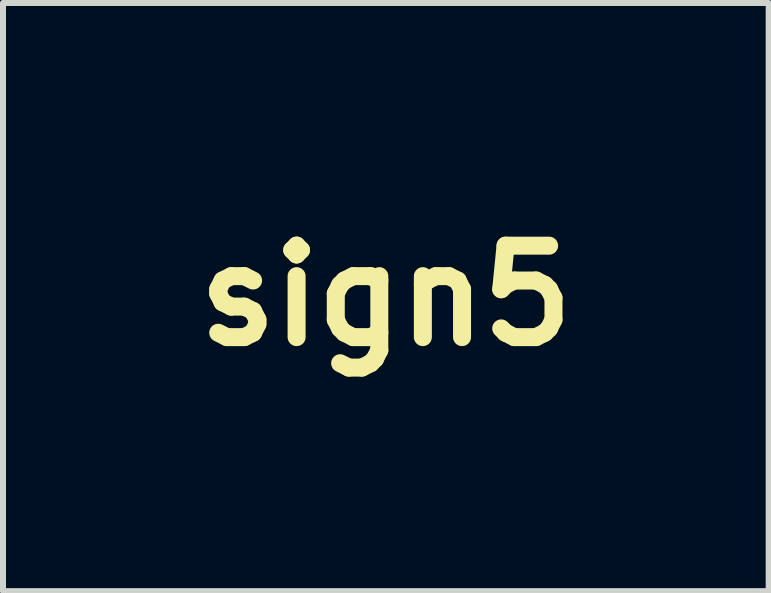
<source format=kicad_pcb>
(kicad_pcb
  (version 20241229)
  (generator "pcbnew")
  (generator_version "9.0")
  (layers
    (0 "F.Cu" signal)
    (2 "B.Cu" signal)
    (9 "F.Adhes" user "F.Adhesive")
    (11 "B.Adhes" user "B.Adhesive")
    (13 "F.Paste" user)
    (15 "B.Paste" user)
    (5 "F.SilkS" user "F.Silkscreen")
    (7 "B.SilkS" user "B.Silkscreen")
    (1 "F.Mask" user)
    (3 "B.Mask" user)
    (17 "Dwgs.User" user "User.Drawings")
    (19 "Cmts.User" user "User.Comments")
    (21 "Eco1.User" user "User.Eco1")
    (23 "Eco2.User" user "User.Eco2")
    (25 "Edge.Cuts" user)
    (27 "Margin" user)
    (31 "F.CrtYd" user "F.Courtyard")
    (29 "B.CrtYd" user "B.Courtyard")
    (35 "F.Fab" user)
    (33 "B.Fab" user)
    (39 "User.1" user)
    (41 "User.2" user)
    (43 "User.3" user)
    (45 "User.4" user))
  (footprint "sign5"
    (layer "F.Cu")
    (at 3.382 1.88)
    (property "Reference" "sign5" (at 0 0 0) (layer "F.SilkS") (effects (font (size 1.524 1.524) (thickness 0.3))))
    (attr through_hole)
    (fp_poly (pts (xy -0.63 -1.874) (xy -0.612 -1.873) (xy -0.59 -1.871) (xy -0.565 -1.869) (xy -0.538 -1.868) (xy -0.517 -1.867) (xy -0.491 -1.866) (xy -0.47 -1.864) (xy -0.451 -1.861) (xy -0.431 -1.856) (xy -0.43 -1.856) (xy -0.402 -1.848) (xy -0.379 -1.843) (xy -0.361 -1.839) (xy -0.345 -1.836) (xy -0.33 -1.834) (xy -0.327 -1.834) (xy -0.303 -1.83) (xy -0.282 -1.824) (xy -0.268 -1.815) (xy -0.266 -1.814) (xy -0.26 -1.809) (xy -0.253 -1.807) (xy -0.241 -1.805) (xy -0.228 -1.805) (xy -0.213 -1.804) (xy -0.202 -1.802) (xy -0.195 -1.799) (xy -0.187 -1.795) (xy -0.186 -1.794) (xy -0.174 -1.784) (xy -0.165 -1.778) (xy -0.158 -1.775) (xy -0.152 -1.773) (xy -0.146 -1.773) (xy -0.138 -1.771) (xy -0.125 -1.766) (xy -0.108 -1.759) (xy -0.089 -1.75) (xy -0.069 -1.74) (xy -0.048 -1.731) (xy -0.029 -1.721) (xy -0.013 -1.712) (xy 0.000246 -1.704) (xy 0.008 -1.699) (xy 0.009 -1.698) (xy 0.017 -1.693) (xy 0.028 -1.688) (xy 0.03 -1.687) (xy 0.042 -1.683) (xy 0.054 -1.676) (xy 0.068 -1.666) (xy 0.083 -1.654) (xy 0.096 -1.644) (xy 0.111 -1.634) (xy 0.118 -1.63) (xy 0.131 -1.623) (xy 0.142 -1.616) (xy 0.147 -1.613) (xy 0.156 -1.607) (xy 0.163 -1.603) (xy 0.163 -1.603) (xy 0.173 -1.597) (xy 0.187 -1.587) (xy 0.204 -1.574) (xy 0.222 -1.559) (xy 0.242 -1.542) (xy 0.263 -1.524) (xy 0.283 -1.506) (xy 0.301 -1.488) (xy 0.318 -1.471) (xy 0.333 -1.456) (xy 0.344 -1.443) (xy 0.35 -1.434) (xy 0.352 -1.43) (xy 0.354 -1.425) (xy 0.36 -1.419) (xy 0.372 -1.413) (xy 0.375 -1.412) (xy 0.387 -1.404) (xy 0.404 -1.391) (xy 0.422 -1.375) (xy 0.441 -1.357) (xy 0.46 -1.337) (xy 0.478 -1.318) (xy 0.494 -1.299) (xy 0.507 -1.282) (xy 0.511 -1.275) (xy 0.519 -1.262) (xy 0.525 -1.253) (xy 0.529 -1.247) (xy 0.53 -1.246) (xy 0.532 -1.244) (xy 0.537 -1.239) (xy 0.544 -1.23) (xy 0.554 -1.217) (xy 0.567 -1.199) (xy 0.583 -1.177) (xy 0.604 -1.149) (xy 0.61 -1.141) (xy 0.619 -1.128) (xy 0.627 -1.115) (xy 0.631 -1.107) (xy 0.638 -1.095) (xy 0.646 -1.081) (xy 0.652 -1.072) (xy 0.659 -1.06) (xy 0.665 -1.05) (xy 0.668 -1.044) (xy 0.671 -1.036) (xy 0.678 -1.025) (xy 0.685 -1.013) (xy 0.693 -1.001) (xy 0.703 -0.985) (xy 0.713 -0.967) (xy 0.718 -0.957) (xy 0.726 -0.941) (xy 0.734 -0.927) (xy 0.741 -0.916) (xy 0.744 -0.911) (xy 0.749 -0.902) (xy 0.751 -0.893) (xy 0.751 -0.893) (xy 0.753 -0.887) (xy 0.757 -0.876) (xy 0.762 -0.861) (xy 0.77 -0.844) (xy 0.777 -0.827) (xy 0.785 -0.811) (xy 0.791 -0.799) (xy 0.796 -0.789) (xy 0.798 -0.781) (xy 0.798 -0.779) (xy 0.8 -0.773) (xy 0.803 -0.762) (xy 0.807 -0.75) (xy 0.813 -0.734) (xy 0.818 -0.716) (xy 0.82 -0.706) (xy 0.826 -0.681) (xy 0.831 -0.662) (xy 0.836 -0.648) (xy 0.84 -0.642) (xy 0.843 -0.637) (xy 0.844 -0.626) (xy 0.843 -0.621) (xy 0.843 -0.604) (xy 0.847 -0.593) (xy 0.851 -0.582) (xy 0.853 -0.57) (xy 0.854 -0.56) (xy 0.857 -0.547) (xy 0.86 -0.538) (xy 0.864 -0.522) (xy 0.869 -0.504) (xy 0.871 -0.493) (xy 0.874 -0.48) (xy 0.878 -0.468) (xy 0.881 -0.462) (xy 0.883 -0.458) (xy 0.884 -0.452) (xy 0.885 -0.444) (xy 0.886 -0.431) (xy 0.886 -0.414) (xy 0.886 -0.392) (xy 0.886 -0.363) (xy 0.886 -0.347) (xy 0.886 -0.316) (xy 0.886 -0.292) (xy 0.886 -0.273) (xy 0.885 -0.258) (xy 0.885 -0.246) (xy 0.884 -0.237) (xy 0.882 -0.23) (xy 0.88 -0.223) (xy 0.878 -0.217) (xy 0.874 -0.204) (xy 0.872 -0.195) (xy 0.873 -0.186) (xy 0.875 -0.174) (xy 0.876 -0.169) (xy 0.88 -0.148) (xy 0.882 -0.131) (xy 0.88 -0.121) (xy 0.878 -0.118) (xy 0.876 -0.112) (xy 0.874 -0.102) (xy 0.873 -0.093) (xy 0.87 -0.064) (xy 0.867 -0.041) (xy 0.865 -0.024) (xy 0.863 -0.011) (xy 0.86 -0.001) (xy 0.859 0.002) (xy 0.855 0.014) (xy 0.852 0.029) (xy 0.851 0.036) (xy 0.848 0.053) (xy 0.842 0.07) (xy 0.84 0.073) (xy 0.834 0.088) (xy 0.829 0.106) (xy 0.828 0.117) (xy 0.824 0.138) (xy 0.819 0.16) (xy 0.813 0.181) (xy 0.807 0.198) (xy 0.802 0.209) (xy 0.797 0.218) (xy 0.795 0.225) (xy 0.795 0.226) (xy 0.793 0.232) (xy 0.788 0.243) (xy 0.782 0.257) (xy 0.774 0.273) (xy 0.766 0.289) (xy 0.757 0.303) (xy 0.753 0.31) (xy 0.741 0.331) (xy 0.733 0.347) (xy 0.729 0.358) (xy 0.729 0.359) (xy 0.727 0.367) (xy 0.724 0.37) (xy 0.719 0.377) (xy 0.711 0.39) (xy 0.702 0.41) (xy 0.693 0.429) (xy 0.689 0.436) (xy 0.682 0.446) (xy 0.673 0.458) (xy 0.673 0.459) (xy 0.664 0.472) (xy 0.652 0.488) (xy 0.64 0.505) (xy 0.633 0.515) (xy 0.622 0.532) (xy 0.61 0.548) (xy 0.599 0.562) (xy 0.594 0.569) (xy 0.582 0.583) (xy 0.571 0.598) (xy 0.564 0.609) (xy 0.555 0.62) (xy 0.542 0.634) (xy 0.528 0.647) (xy 0.522 0.652) (xy 0.508 0.664) (xy 0.495 0.678) (xy 0.484 0.69) (xy 0.481 0.694) (xy 0.47 0.707) (xy 0.458 0.722) (xy 0.451 0.73) (xy 0.442 0.74) (xy 0.437 0.748) (xy 0.435 0.755) (xy 0.435 0.763) (xy 0.434 0.775) (xy 0.43 0.785) (xy 0.426 0.79) (xy 0.421 0.797) (xy 0.417 0.806) (xy 0.413 0.818) (xy 0.41 0.835) (xy 0.409 0.839) (xy 0.406 0.857) (xy 0.403 0.868) (xy 0.4 0.876) (xy 0.396 0.881) (xy 0.394 0.883) (xy 0.389 0.887) (xy 0.387 0.893) (xy 0.386 0.902) (xy 0.385 0.913) (xy 0.386 0.928) (xy 0.388 0.936) (xy 0.394 0.938) (xy 0.402 0.935) (xy 0.411 0.93) (xy 0.422 0.921) (xy 0.436 0.909) (xy 0.452 0.894) (xy 0.468 0.877) (xy 0.485 0.86) (xy 0.501 0.843) (xy 0.514 0.828) (xy 0.526 0.814) (xy 0.533 0.803) (xy 0.537 0.796) (xy 0.537 0.795) (xy 0.54 0.791) (xy 0.546 0.784) (xy 0.556 0.775) (xy 0.559 0.772) (xy 0.57 0.762) (xy 0.584 0.747) (xy 0.599 0.731) (xy 0.612 0.717) (xy 0.626 0.701) (xy 0.641 0.685) (xy 0.655 0.67) (xy 0.665 0.66) (xy 0.699 0.628) (xy 0.734 0.591) (xy 0.76 0.562) (xy 0.776 0.545) (xy 0.794 0.525) (xy 0.811 0.506) (xy 0.821 0.497) (xy 0.833 0.484) (xy 0.843 0.474) (xy 0.85 0.466) (xy 0.853 0.463) (xy 0.853 0.463) (xy 0.853 0.461) (xy 0.856 0.458) (xy 0.86 0.452) (xy 0.867 0.445) (xy 0.878 0.434) (xy 0.891 0.42) (xy 0.909 0.402) (xy 0.931 0.38) (xy 0.944 0.368) (xy 0.964 0.348) (xy 0.984 0.329) (xy 1.002 0.312) (xy 1.017 0.297) (xy 1.029 0.286) (xy 1.037 0.278) (xy 1.039 0.277) (xy 1.05 0.267) (xy 1.063 0.254) (xy 1.07 0.245) (xy 1.078 0.235) (xy 1.089 0.222) (xy 1.103 0.207) (xy 1.118 0.191) (xy 1.124 0.184) (xy 1.141 0.166) (xy 1.16 0.147) (xy 1.178 0.127) (xy 1.193 0.11) (xy 1.196 0.108) (xy 1.208 0.095) (xy 1.219 0.083) (xy 1.228 0.075) (xy 1.233 0.071) (xy 1.234 0.071) (xy 1.242 0.066) (xy 1.252 0.057) (xy 1.263 0.045) (xy 1.273 0.032) (xy 1.279 0.021) (xy 1.287 0.01) (xy 1.295 -0.000297) (xy 1.299 -0.003) (xy 1.309 -0.009) (xy 1.322 -0.014) (xy 1.334 -0.018) (xy 1.344 -0.02) (xy 1.348 -0.019) (xy 1.354 -0.014) (xy 1.359 -0.005) (xy 1.364 0.006) (xy 1.366 0.015) (xy 1.366 0.018) (xy 1.366 0.027) (xy 1.372 0.038) (xy 1.381 0.052) (xy 1.391 0.063) (xy 1.404 0.076) (xy 1.412 0.087) (xy 1.416 0.095) (xy 1.416 0.102) (xy 1.415 0.105) (xy 1.409 0.115) (xy 1.404 0.122) (xy 1.399 0.13) (xy 1.395 0.141) (xy 1.395 0.143) (xy 1.39 0.155) (xy 1.382 0.169) (xy 1.378 0.173) (xy 1.368 0.186) (xy 1.359 0.2) (xy 1.355 0.206) (xy 1.347 0.218) (xy 1.34 0.23) (xy 1.337 0.234) (xy 1.33 0.245) (xy 1.323 0.257) (xy 1.322 0.259) (xy 1.317 0.271) (xy 1.312 0.281) (xy 1.31 0.282) (xy 1.305 0.292) (xy 1.299 0.306) (xy 1.292 0.322) (xy 1.286 0.337) (xy 1.281 0.35) (xy 1.279 0.357) (xy 1.276 0.367) (xy 1.27 0.379) (xy 1.266 0.385) (xy 1.26 0.398) (xy 1.254 0.414) (xy 1.252 0.423) (xy 1.248 0.437) (xy 1.243 0.45) (xy 1.239 0.456) (xy 1.234 0.465) (xy 1.228 0.477) (xy 1.221 0.492) (xy 1.216 0.506) (xy 1.213 0.517) (xy 1.212 0.523) (xy 1.21 0.529) (xy 1.204 0.537) (xy 1.201 0.542) (xy 1.193 0.554) (xy 1.183 0.571) (xy 1.173 0.59) (xy 1.165 0.611) (xy 1.158 0.63) (xy 1.156 0.636) (xy 1.152 0.647) (xy 1.149 0.655) (xy 1.147 0.657) (xy 1.144 0.66) (xy 1.14 0.667) (xy 1.135 0.678) (xy 1.13 0.688) (xy 1.126 0.697) (xy 1.125 0.702) (xy 1.123 0.707) (xy 1.118 0.714) (xy 1.116 0.716) (xy 1.104 0.737) (xy 1.093 0.763) (xy 1.088 0.782) (xy 1.084 0.798) (xy 1.078 0.813) (xy 1.075 0.821) (xy 1.07 0.832) (xy 1.068 0.841) (xy 1.068 0.844) (xy 1.067 0.851) (xy 1.061 0.86) (xy 1.058 0.863) (xy 1.048 0.879) (xy 1.044 0.893) (xy 1.04 0.908) (xy 1.034 0.927) (xy 1.025 0.948) (xy 1.016 0.965) (xy 1.011 0.977) (xy 1.007 0.991) (xy 1.005 0.996) (xy 1.002 1.008) (xy 0.996 1.024) (xy 0.989 1.04) (xy 0.988 1.043) (xy 0.98 1.06) (xy 0.972 1.079) (xy 0.966 1.094) (xy 0.965 1.096) (xy 0.959 1.113) (xy 0.953 1.132) (xy 0.95 1.145) (xy 0.947 1.16) (xy 0.944 1.173) (xy 0.941 1.182) (xy 0.938 1.192) (xy 0.936 1.202) (xy 0.935 1.211) (xy 0.932 1.223) (xy 0.931 1.229) (xy 0.928 1.241) (xy 0.926 1.253) (xy 0.925 1.257) (xy 0.923 1.267) (xy 0.919 1.274) (xy 0.915 1.281) (xy 0.917 1.284) (xy 0.92 1.289) (xy 0.923 1.298) (xy 0.923 1.298) (xy 0.928 1.309) (xy 0.934 1.314) (xy 0.941 1.316) (xy 0.95 1.314) (xy 0.961 1.307) (xy 0.974 1.297) (xy 0.99 1.281) (xy 1.001 1.27) (xy 1.016 1.255) (xy 1.032 1.241) (xy 1.046 1.228) (xy 1.057 1.219) (xy 1.057 1.219) (xy 1.073 1.206) (xy 1.083 1.193) (xy 1.086 1.187) (xy 1.092 1.174) (xy 1.101 1.16) (xy 1.107 1.152) (xy 1.116 1.138) (xy 1.126 1.123) (xy 1.13 1.116) (xy 1.15 1.087) (xy 1.175 1.056) (xy 1.201 1.027) (xy 1.215 1.012) (xy 1.228 0.995) (xy 1.24 0.98) (xy 1.244 0.974) (xy 1.255 0.958) (xy 1.268 0.942) (xy 1.279 0.931) (xy 1.293 0.918) (xy 1.306 0.902) (xy 1.316 0.889) (xy 1.334 0.862) (xy 1.35 0.84) (xy 1.363 0.821) (xy 1.375 0.806) (xy 1.387 0.792) (xy 1.398 0.78) (xy 1.413 0.764) (xy 1.423 0.75) (xy 1.43 0.737) (xy 1.433 0.731) (xy 1.437 0.72) (xy 1.443 0.71) (xy 1.45 0.699) (xy 1.46 0.686) (xy 1.472 0.671) (xy 1.488 0.652) (xy 1.509 0.629) (xy 1.51 0.628) (xy 1.514 0.621) (xy 1.515 0.615) (xy 1.515 0.615) (xy 1.516 0.61) (xy 1.521 0.601) (xy 1.528 0.589) (xy 1.529 0.588) (xy 1.539 0.572) (xy 1.55 0.555) (xy 1.558 0.542) (xy 1.569 0.527) (xy 1.581 0.51) (xy 1.589 0.498) (xy 1.603 0.48) (xy 1.613 0.467) (xy 1.619 0.457) (xy 1.622 0.451) (xy 1.622 0.448) (xy 1.624 0.441) (xy 1.629 0.432) (xy 1.638 0.42) (xy 1.652 0.404) (xy 1.659 0.395) (xy 1.672 0.381) (xy 1.684 0.366) (xy 1.694 0.354) (xy 1.698 0.349) (xy 1.708 0.336) (xy 1.719 0.322) (xy 1.724 0.315) (xy 1.732 0.305) (xy 1.738 0.295) (xy 1.74 0.29) (xy 1.744 0.283) (xy 1.751 0.273) (xy 1.756 0.267) (xy 1.764 0.257) (xy 1.774 0.243) (xy 1.784 0.227) (xy 1.789 0.218) (xy 1.799 0.201) (xy 1.811 0.182) (xy 1.822 0.166) (xy 1.826 0.16) (xy 1.836 0.147) (xy 1.844 0.134) (xy 1.85 0.124) (xy 1.851 0.122) (xy 1.856 0.111) (xy 1.864 0.099) (xy 1.87 0.091) (xy 1.897 0.06) (xy 1.923 0.026) (xy 1.934 0.01) (xy 1.949 -0.01) (xy 1.965 -0.028) (xy 1.981 -0.044) (xy 1.997 -0.057) (xy 2.011 -0.066) (xy 2.023 -0.07) (xy 2.032 -0.07) (xy 2.034 -0.069) (xy 2.037 -0.063) (xy 2.04 -0.053) (xy 2.041 -0.048) (xy 2.043 -0.038) (xy 2.047 -0.03) (xy 2.053 -0.022) (xy 2.064 -0.01) (xy 2.065 -0.01) (xy 2.08 0.005) (xy 2.088 0.017) (xy 2.092 0.027) (xy 2.091 0.036) (xy 2.087 0.044) (xy 2.082 0.053) (xy 2.076 0.063) (xy 2.07 0.077) (xy 2.061 0.095) (xy 2.053 0.114) (xy 2.046 0.128) (xy 2.04 0.139) (xy 2.036 0.147) (xy 2.035 0.147) (xy 2.03 0.154) (xy 2.024 0.166) (xy 2.021 0.172) (xy 2.015 0.186) (xy 2.008 0.202) (xy 2.003 0.212) (xy 1.997 0.224) (xy 1.993 0.236) (xy 1.992 0.242) (xy 1.991 0.25) (xy 1.987 0.262) (xy 1.982 0.275) (xy 1.981 0.275) (xy 1.976 0.289) (xy 1.971 0.302) (xy 1.968 0.31) (xy 1.965 0.32) (xy 1.96 0.332) (xy 1.957 0.341) (xy 1.951 0.356) (xy 1.944 0.374) (xy 1.937 0.394) (xy 1.931 0.413) (xy 1.927 0.429) (xy 1.925 0.439) (xy 1.922 0.45) (xy 1.918 0.464) (xy 1.916 0.468) (xy 1.912 0.481) (xy 1.906 0.499) (xy 1.899 0.521) (xy 1.891 0.545) (xy 1.884 0.57) (xy 1.877 0.595) (xy 1.871 0.617) (xy 1.871 0.62) (xy 1.868 0.635) (xy 1.866 0.654) (xy 1.865 0.67) (xy 1.863 0.7) (xy 1.858 0.73) (xy 1.851 0.756) (xy 1.848 0.762) (xy 1.844 0.774) (xy 1.843 0.787) (xy 1.843 0.803) (xy 1.843 0.804) (xy 1.844 0.819) (xy 1.843 0.839) (xy 1.841 0.858) (xy 1.84 0.864) (xy 1.838 0.887) (xy 1.837 0.912) (xy 1.837 0.937) (xy 1.839 0.96) (xy 1.842 0.979) (xy 1.845 0.99) (xy 1.848 1.003) (xy 1.85 1.019) (xy 1.851 1.028) (xy 1.852 1.044) (xy 1.855 1.056) (xy 1.858 1.061) (xy 1.864 1.07) (xy 1.87 1.083) (xy 1.876 1.095) (xy 1.887 1.117) (xy 1.9 1.137) (xy 1.913 1.155) (xy 1.926 1.17) (xy 1.938 1.18) (xy 1.944 1.183) (xy 1.952 1.185) (xy 1.964 1.186) (xy 1.979 1.187) (xy 1.984 1.187) (xy 2.014 1.186) (xy 2.04 1.179) (xy 2.061 1.168) (xy 2.069 1.163) (xy 2.08 1.157) (xy 2.094 1.149) (xy 2.095 1.149) (xy 2.113 1.138) (xy 2.13 1.124) (xy 2.139 1.116) (xy 2.151 1.104) (xy 2.166 1.092) (xy 2.182 1.08) (xy 2.184 1.078) (xy 2.201 1.067) (xy 2.212 1.058) (xy 2.221 1.051) (xy 2.228 1.044) (xy 2.235 1.035) (xy 2.24 1.029) (xy 2.25 1.017) (xy 2.262 1.006) (xy 2.269 1.001) (xy 2.28 0.992) (xy 2.286 0.986) (xy 2.289 0.98) (xy 2.29 0.974) (xy 2.292 0.966) (xy 2.3 0.956) (xy 2.309 0.946) (xy 2.32 0.935) (xy 2.329 0.924) (xy 2.335 0.916) (xy 2.335 0.916) (xy 2.358 0.886) (xy 2.386 0.858) (xy 2.4 0.846) (xy 2.427 0.824) (xy 2.449 0.801) (xy 2.467 0.779) (xy 2.479 0.76) (xy 2.485 0.748) (xy 2.496 0.733) (xy 2.509 0.714) (xy 2.524 0.695) (xy 2.539 0.677) (xy 2.554 0.66) (xy 2.557 0.656) (xy 2.57 0.641) (xy 2.579 0.628) (xy 2.586 0.614) (xy 2.59 0.605) (xy 2.597 0.588) (xy 2.606 0.574) (xy 2.616 0.562) (xy 2.627 0.55) (xy 2.638 0.535) (xy 2.643 0.527) (xy 2.65 0.514) (xy 2.657 0.502) (xy 2.661 0.497) (xy 2.668 0.486) (xy 2.674 0.475) (xy 2.679 0.466) (xy 2.686 0.453) (xy 2.694 0.44) (xy 2.695 0.439) (xy 2.703 0.425) (xy 2.711 0.41) (xy 2.715 0.399) (xy 2.716 0.398) (xy 2.72 0.387) (xy 2.726 0.377) (xy 2.728 0.375) (xy 2.733 0.368) (xy 2.738 0.356) (xy 2.744 0.343) (xy 2.745 0.342) (xy 2.75 0.329) (xy 2.755 0.319) (xy 2.758 0.314) (xy 2.758 0.314) (xy 2.762 0.309) (xy 2.767 0.3) (xy 2.773 0.288) (xy 2.779 0.275) (xy 2.784 0.264) (xy 2.787 0.256) (xy 2.787 0.254) (xy 2.788 0.247) (xy 2.79 0.245) (xy 2.794 0.24) (xy 2.799 0.232) (xy 2.801 0.228) (xy 2.806 0.217) (xy 2.806 0.211) (xy 2.804 0.208) (xy 2.796 0.204) (xy 2.785 0.205) (xy 2.774 0.209) (xy 2.761 0.214) (xy 2.741 0.216) (xy 2.737 0.216) (xy 2.723 0.216) (xy 2.715 0.214) (xy 2.709 0.212) (xy 2.704 0.207) (xy 2.704 0.207) (xy 2.698 0.198) (xy 2.696 0.191) (xy 2.694 0.183) (xy 2.689 0.173) (xy 2.689 0.172) (xy 2.684 0.163) (xy 2.682 0.154) (xy 2.682 0.153) (xy 2.68 0.148) (xy 2.676 0.147) (xy 2.671 0.148) (xy 2.671 0.148) (xy 2.672 0.144) (xy 2.676 0.135) (xy 2.682 0.122) (xy 2.689 0.107) (xy 2.69 0.105) (xy 2.698 0.088) (xy 2.705 0.072) (xy 2.71 0.058) (xy 2.712 0.05) (xy 2.717 0.036) (xy 2.728 0.021) (xy 2.73 0.019) (xy 2.74 0.006) (xy 2.745 -0.005) (xy 2.748 -0.017) (xy 2.748 -0.017) (xy 2.75 -0.026) (xy 2.752 -0.034) (xy 2.756 -0.042) (xy 2.763 -0.052) (xy 2.773 -0.064) (xy 2.786 -0.079) (xy 2.798 -0.092) (xy 2.814 -0.109) (xy 2.828 -0.122) (xy 2.838 -0.13) (xy 2.841 -0.131) (xy 2.851 -0.134) (xy 2.865 -0.135) (xy 2.882 -0.136) (xy 2.885 -0.136) (xy 2.907 -0.135) (xy 2.925 -0.131) (xy 2.937 -0.124) (xy 2.948 -0.114) (xy 2.954 -0.102) (xy 2.961 -0.091) (xy 2.972 -0.077) (xy 2.984 -0.062) (xy 2.991 -0.055) (xy 3.018 -0.027) (xy 3.021 0.000173) (xy 3.022 0.018) (xy 3.021 0.031) (xy 3.018 0.04) (xy 3.015 0.05) (xy 3.015 0.058) (xy 3.018 0.066) (xy 3.021 0.075) (xy 3.022 0.084) (xy 3.02 0.095) (xy 3.019 0.101) (xy 3.016 0.109) (xy 3.013 0.118) (xy 3.009 0.128) (xy 3.002 0.141) (xy 2.993 0.158) (xy 2.982 0.18) (xy 2.977 0.189) (xy 2.973 0.198) (xy 2.972 0.205) (xy 2.97 0.213) (xy 2.965 0.222) (xy 2.964 0.223) (xy 2.958 0.234) (xy 2.952 0.245) (xy 2.946 0.255) (xy 2.939 0.266) (xy 2.936 0.27) (xy 2.927 0.283) (xy 2.919 0.297) (xy 2.915 0.303) (xy 2.909 0.315) (xy 2.902 0.325) (xy 2.899 0.329) (xy 2.894 0.336) (xy 2.888 0.347) (xy 2.881 0.361) (xy 2.879 0.365) (xy 2.871 0.382) (xy 2.861 0.399) (xy 2.851 0.414) (xy 2.85 0.415) (xy 2.841 0.427) (xy 2.834 0.439) (xy 2.829 0.447) (xy 2.829 0.447) (xy 2.824 0.458) (xy 2.817 0.47) (xy 2.817 0.471) (xy 2.81 0.482) (xy 2.805 0.494) (xy 2.805 0.495) (xy 2.8 0.505) (xy 2.793 0.517) (xy 2.788 0.523) (xy 2.78 0.534) (xy 2.772 0.545) (xy 2.764 0.558) (xy 2.753 0.575) (xy 2.746 0.587) (xy 2.738 0.598) (xy 2.728 0.613) (xy 2.718 0.629) (xy 2.713 0.636) (xy 2.704 0.649) (xy 2.697 0.661) (xy 2.693 0.67) (xy 2.692 0.673) (xy 2.69 0.681) (xy 2.682 0.693) (xy 2.67 0.708) (xy 2.655 0.725) (xy 2.653 0.727) (xy 2.641 0.742) (xy 2.633 0.758) (xy 2.632 0.76) (xy 2.629 0.769) (xy 2.625 0.778) (xy 2.619 0.786) (xy 2.611 0.795) (xy 2.6 0.807) (xy 2.585 0.821) (xy 2.574 0.831) (xy 2.56 0.844) (xy 2.549 0.855) (xy 2.54 0.864) (xy 2.536 0.869) (xy 2.535 0.87) (xy 2.533 0.876) (xy 2.532 0.887) (xy 2.532 0.888) (xy 2.531 0.896) (xy 2.528 0.903) (xy 2.523 0.913) (xy 2.514 0.925) (xy 2.506 0.935) (xy 2.488 0.958) (xy 2.468 0.982) (xy 2.447 1.006) (xy 2.427 1.028) (xy 2.409 1.048) (xy 2.394 1.063) (xy 2.39 1.067) (xy 2.377 1.08) (xy 2.367 1.094) (xy 2.362 1.103) (xy 2.356 1.113) (xy 2.348 1.125) (xy 2.339 1.137) (xy 2.33 1.148) (xy 2.322 1.155) (xy 2.317 1.158) (xy 2.31 1.16) (xy 2.299 1.167) (xy 2.284 1.178) (xy 2.267 1.192) (xy 2.248 1.209) (xy 2.228 1.228) (xy 2.215 1.241) (xy 2.197 1.259) (xy 2.18 1.274) (xy 2.166 1.286) (xy 2.156 1.294) (xy 2.152 1.296) (xy 2.14 1.303) (xy 2.126 1.311) (xy 2.119 1.316) (xy 2.087 1.335) (xy 2.054 1.348) (xy 2.018 1.357) (xy 1.978 1.36) (xy 1.964 1.361) (xy 1.936 1.36) (xy 1.912 1.356) (xy 1.89 1.349) (xy 1.868 1.338) (xy 1.854 1.328) (xy 1.858 1.328) (xy 1.859 1.331) (xy 1.86 1.33) (xy 1.861 1.326) (xy 1.86 1.326) (xy 1.858 1.326) (xy 1.858 1.328) (xy 1.854 1.328) (xy 1.846 1.323) (xy 1.822 1.302) (xy 1.8 1.281) (xy 1.783 1.264) (xy 1.77 1.25) (xy 1.76 1.239) (xy 1.753 1.228) (xy 1.746 1.218) (xy 1.74 1.206) (xy 1.738 1.203) (xy 1.731 1.187) (xy 1.725 1.171) (xy 1.721 1.157) (xy 1.72 1.153) (xy 1.713 1.133) (xy 1.706 1.123) (xy 1.698 1.113) (xy 1.693 1.103) (xy 1.692 1.1) (xy 1.69 1.091) (xy 1.687 1.079) (xy 1.685 1.07) (xy 1.681 1.055) (xy 1.679 1.037) (xy 1.678 1.028) (xy 1.677 1.013) (xy 1.676 0.999) (xy 1.675 0.991) (xy 1.673 0.98) (xy 1.673 0.966) (xy 1.672 0.954) (xy 1.672 0.936) (xy 1.669 0.922) (xy 1.667 0.917) (xy 1.663 0.901) (xy 1.663 0.883) (xy 1.666 0.86) (xy 1.667 0.856) (xy 1.67 0.844) (xy 1.672 0.834) (xy 1.672 0.83) (xy 1.672 0.821) (xy 1.674 0.808) (xy 1.676 0.793) (xy 1.68 0.777) (xy 1.684 0.763) (xy 1.684 0.763) (xy 1.687 0.751) (xy 1.689 0.734) (xy 1.691 0.715) (xy 1.692 0.695) (xy 1.692 0.675) (xy 1.691 0.659) (xy 1.689 0.647) (xy 1.688 0.643) (xy 1.684 0.637) (xy 1.679 0.636) (xy 1.672 0.639) (xy 1.661 0.646) (xy 1.661 0.647) (xy 1.646 0.659) (xy 1.635 0.669) (xy 1.629 0.677) (xy 1.624 0.686) (xy 1.619 0.695) (xy 1.61 0.706) (xy 1.6 0.717) (xy 1.599 0.718) (xy 1.589 0.728) (xy 1.582 0.736) (xy 1.579 0.741) (xy 1.578 0.742) (xy 1.577 0.747) (xy 1.573 0.756) (xy 1.572 0.76) (xy 1.566 0.773) (xy 1.56 0.787) (xy 1.558 0.791) (xy 1.553 0.801) (xy 1.545 0.814) (xy 1.534 0.829) (xy 1.525 0.841) (xy 1.513 0.856) (xy 1.503 0.871) (xy 1.494 0.883) (xy 1.489 0.889) (xy 1.481 0.902) (xy 1.471 0.914) (xy 1.468 0.917) (xy 1.459 0.929) (xy 1.449 0.942) (xy 1.445 0.947) (xy 1.436 0.959) (xy 1.425 0.973) (xy 1.418 0.981) (xy 1.407 0.993) (xy 1.396 1.008) (xy 1.388 1.022) (xy 1.379 1.036) (xy 1.37 1.049) (xy 1.362 1.059) (xy 1.354 1.069) (xy 1.345 1.082) (xy 1.335 1.095) (xy 1.335 1.096) (xy 1.325 1.109) (xy 1.311 1.125) (xy 1.297 1.14) (xy 1.29 1.147) (xy 1.277 1.161) (xy 1.269 1.171) (xy 1.264 1.179) (xy 1.263 1.185) (xy 1.262 1.192) (xy 1.26 1.198) (xy 1.256 1.205) (xy 1.25 1.215) (xy 1.24 1.227) (xy 1.226 1.244) (xy 1.225 1.245) (xy 1.202 1.274) (xy 1.179 1.305) (xy 1.159 1.337) (xy 1.148 1.357) (xy 1.137 1.373) (xy 1.119 1.39) (xy 1.114 1.393) (xy 1.1 1.405) (xy 1.087 1.419) (xy 1.076 1.431) (xy 1.074 1.433) (xy 1.064 1.446) (xy 1.051 1.46) (xy 1.038 1.473) (xy 1.024 1.485) (xy 1.008 1.497) (xy 0.991 1.508) (xy 0.975 1.518) (xy 0.962 1.526) (xy 0.952 1.531) (xy 0.948 1.531) (xy 0.939 1.533) (xy 0.928 1.536) (xy 0.926 1.537) (xy 0.915 1.54) (xy 0.899 1.542) (xy 0.88 1.543) (xy 0.86 1.543) (xy 0.841 1.543) (xy 0.824 1.541) (xy 0.814 1.539) (xy 0.805 1.536) (xy 0.797 1.53) (xy 0.789 1.52) (xy 0.784 1.513) (xy 0.776 1.5) (xy 0.77 1.489) (xy 0.767 1.481) (xy 0.767 1.481) (xy 0.764 1.471) (xy 0.762 1.464) (xy 0.754 1.444) (xy 0.748 1.429) (xy 0.744 1.416) (xy 0.74 1.404) (xy 0.739 1.398) (xy 0.736 1.386) (xy 0.735 1.377) (xy 0.735 1.367) (xy 0.737 1.353) (xy 0.739 1.344) (xy 0.742 1.327) (xy 0.745 1.31) (xy 0.747 1.296) (xy 0.747 1.294) (xy 0.75 1.279) (xy 0.755 1.266) (xy 0.756 1.262) (xy 0.76 1.247) (xy 0.76 1.23) (xy 0.759 1.22) (xy 0.76 1.212) (xy 0.763 1.202) (xy 0.77 1.189) (xy 0.771 1.186) (xy 0.777 1.173) (xy 0.782 1.161) (xy 0.784 1.152) (xy 0.784 1.151) (xy 0.785 1.142) (xy 0.79 1.129) (xy 0.798 1.111) (xy 0.809 1.088) (xy 0.81 1.087) (xy 0.818 1.068) (xy 0.827 1.042) (xy 0.835 1.013) (xy 0.838 0.998) (xy 0.842 0.987) (xy 0.848 0.975) (xy 0.852 0.968) (xy 0.859 0.955) (xy 0.862 0.944) (xy 0.862 0.937) (xy 0.862 0.928) (xy 0.865 0.919) (xy 0.87 0.907) (xy 0.877 0.896) (xy 0.884 0.883) (xy 0.889 0.873) (xy 0.892 0.866) (xy 0.893 0.864) (xy 0.894 0.859) (xy 0.898 0.849) (xy 0.903 0.836) (xy 0.904 0.835) (xy 0.909 0.821) (xy 0.913 0.808) (xy 0.914 0.8) (xy 0.914 0.799) (xy 0.916 0.791) (xy 0.92 0.779) (xy 0.927 0.765) (xy 0.929 0.76) (xy 0.938 0.74) (xy 0.943 0.724) (xy 0.943 0.718) (xy 0.946 0.702) (xy 0.953 0.685) (xy 0.966 0.667) (xy 0.973 0.656) (xy 0.977 0.644) (xy 0.978 0.641) (xy 0.98 0.632) (xy 0.985 0.619) (xy 0.991 0.605) (xy 0.992 0.604) (xy 1.002 0.582) (xy 1.008 0.564) (xy 1.013 0.546) (xy 1.014 0.54) (xy 1.015 0.53) (xy 1.013 0.525) (xy 1.007 0.526) (xy 0.998 0.531) (xy 0.985 0.542) (xy 0.974 0.553) (xy 0.953 0.572) (xy 0.932 0.593) (xy 0.91 0.615) (xy 0.889 0.637) (xy 0.87 0.657) (xy 0.853 0.675) (xy 0.839 0.69) (xy 0.829 0.701) (xy 0.827 0.704) (xy 0.818 0.715) (xy 0.806 0.729) (xy 0.792 0.744) (xy 0.781 0.757) (xy 0.766 0.772) (xy 0.749 0.791) (xy 0.731 0.811) (xy 0.714 0.83) (xy 0.713 0.831) (xy 0.698 0.847) (xy 0.68 0.867) (xy 0.66 0.888) (xy 0.64 0.909) (xy 0.623 0.927) (xy 0.606 0.944) (xy 0.59 0.961) (xy 0.576 0.977) (xy 0.565 0.989) (xy 0.558 0.998) (xy 0.557 0.999) (xy 0.548 1.012) (xy 0.536 1.027) (xy 0.528 1.036) (xy 0.518 1.048) (xy 0.507 1.063) (xy 0.495 1.079) (xy 0.492 1.084) (xy 0.481 1.098) (xy 0.47 1.112) (xy 0.46 1.122) (xy 0.457 1.125) (xy 0.441 1.139) (xy 0.428 1.149) (xy 0.419 1.158) (xy 0.412 1.167) (xy 0.405 1.176) (xy 0.402 1.181) (xy 0.387 1.201) (xy 0.369 1.224) (xy 0.347 1.248) (xy 0.339 1.257) (xy 0.331 1.267) (xy 0.322 1.279) (xy 0.321 1.28) (xy 0.315 1.288) (xy 0.306 1.299) (xy 0.293 1.313) (xy 0.282 1.324) (xy 0.268 1.338) (xy 0.258 1.349) (xy 0.251 1.358) (xy 0.247 1.367) (xy 0.245 1.374) (xy 0.241 1.384) (xy 0.235 1.394) (xy 0.226 1.405) (xy 0.214 1.417) (xy 0.203 1.428) (xy 0.193 1.437) (xy 0.187 1.442) (xy 0.185 1.444) (xy 0.181 1.448) (xy 0.176 1.456) (xy 0.174 1.46) (xy 0.169 1.469) (xy 0.16 1.481) (xy 0.148 1.495) (xy 0.141 1.502) (xy 0.127 1.517) (xy 0.114 1.532) (xy 0.103 1.546) (xy 0.099 1.552) (xy 0.091 1.563) (xy 0.084 1.572) (xy 0.08 1.576) (xy 0.08 1.577) (xy 0.076 1.581) (xy 0.07 1.589) (xy 0.062 1.6) (xy 0.062 1.6) (xy 0.052 1.612) (xy 0.04 1.627) (xy 0.026 1.642) (xy 0.019 1.65) (xy 0.006 1.664) (xy -0.007 1.678) (xy -0.017 1.69) (xy -0.022 1.696) (xy -0.04 1.722) (xy -0.058 1.745) (xy -0.076 1.765) (xy -0.088 1.778) (xy -0.099 1.789) (xy -0.112 1.804) (xy -0.121 1.816) (xy -0.137 1.837) (xy -0.158 1.862) (xy -0.184 1.889) (xy -0.184 1.89) (xy -0.191 1.898) (xy -0.195 1.903) (xy -0.196 1.905) (xy -0.199 1.909) (xy -0.207 1.914) (xy -0.218 1.917) (xy -0.23 1.919) (xy -0.239 1.919) (xy -0.244 1.917) (xy -0.244 1.917) (xy -0.249 1.914) (xy -0.258 1.912) (xy -0.265 1.91) (xy -0.277 1.908) (xy -0.283 1.905) (xy -0.281 1.901) (xy -0.279 1.9) (xy -0.276 1.894) (xy -0.276 1.885) (xy -0.278 1.874) (xy -0.283 1.866) (xy -0.29 1.86) (xy -0.301 1.853) (xy -0.307 1.85) (xy -0.318 1.843) (xy -0.327 1.836) (xy -0.33 1.832) (xy -0.333 1.826) (xy -0.333 1.82) (xy -0.329 1.811) (xy -0.327 1.807) (xy -0.32 1.794) (xy -0.31 1.781) (xy -0.306 1.776) (xy -0.297 1.764) (xy -0.289 1.751) (xy -0.286 1.745) (xy -0.28 1.734) (xy -0.27 1.721) (xy -0.26 1.709) (xy -0.238 1.684) (xy -0.221 1.663) (xy -0.208 1.645) (xy -0.201 1.631) (xy -0.201 1.629) (xy -0.195 1.616) (xy -0.184 1.601) (xy -0.176 1.591) (xy -0.153 1.566) (xy -0.13 1.538) (xy -0.107 1.509) (xy -0.086 1.481) (xy -0.07 1.457) (xy -0.059 1.441) (xy -0.049 1.426) (xy -0.041 1.415) (xy -0.036 1.408) (xy -0.029 1.396) (xy -0.022 1.382) (xy -0.02 1.379) (xy -0.013 1.366) (xy -0.001 1.35) (xy 0.016 1.331) (xy 0.03 1.317) (xy 0.039 1.306) (xy 0.045 1.297) (xy 0.05 1.287) (xy 0.054 1.276) (xy 0.055 1.274) (xy 0.059 1.261) (xy 0.063 1.251) (xy 0.066 1.246) (xy 0.066 1.246) (xy 0.068 1.241) (xy 0.069 1.237) (xy 0.071 1.231) (xy 0.076 1.221) (xy 0.082 1.211) (xy 0.091 1.197) (xy 0.1 1.181) (xy 0.104 1.172) (xy 0.111 1.158) (xy 0.12 1.145) (xy 0.125 1.139) (xy 0.135 1.124) (xy 0.143 1.104) (xy 0.148 1.081) (xy 0.151 1.07) (xy 0.157 1.058) (xy 0.158 1.056) (xy 0.166 1.039) (xy 0.167 1.028) (xy 0.168 1.015) (xy 0.172 1.002) (xy 0.172 1) (xy 0.176 0.99) (xy 0.177 0.983) (xy 0.173 0.979) (xy 0.165 0.975) (xy 0.15 0.97) (xy 0.138 0.97) (xy 0.127 0.976) (xy 0.12 0.981) (xy 0.115 0.983) (xy 0.115 0.983) (xy 0.11 0.985) (xy 0.102 0.991) (xy 0.094 0.996) (xy 0.085 1.003) (xy 0.078 1.007) (xy 0.075 1.009) (xy 0.071 1.01) (xy 0.062 1.014) (xy 0.054 1.018) (xy 0.04 1.024) (xy 0.028 1.029) (xy 0.022 1.032) (xy 0.01 1.038) (xy -0.002 1.044) (xy -0.002 1.044) (xy -0.02 1.055) (xy -0.033 1.062) (xy -0.043 1.067) (xy -0.05 1.07) (xy -0.057 1.071) (xy -0.059 1.072) (xy -0.07 1.076) (xy -0.082 1.082) (xy -0.086 1.084) (xy -0.098 1.092) (xy -0.112 1.099) (xy -0.12 1.102) (xy -0.134 1.108) (xy -0.15 1.115) (xy -0.164 1.123) (xy -0.177 1.129) (xy -0.188 1.134) (xy -0.195 1.136) (xy -0.196 1.136) (xy -0.202 1.138) (xy -0.211 1.143) (xy -0.222 1.15) (xy -0.242 1.162) (xy -0.265 1.174) (xy -0.289 1.184) (xy -0.31 1.191) (xy -0.322 1.193) (xy -0.337 1.197) (xy -0.355 1.203) (xy -0.366 1.208) (xy -0.378 1.214) (xy -0.388 1.218) (xy -0.393 1.219) (xy -0.398 1.221) (xy -0.408 1.225) (xy -0.421 1.231) (xy -0.427 1.234) (xy -0.44 1.24) (xy -0.451 1.245) (xy -0.458 1.248) (xy -0.459 1.248) (xy -0.465 1.251) (xy -0.468 1.253) (xy -0.475 1.257) (xy -0.48 1.258) (xy -0.492 1.26) (xy -0.51 1.265) (xy -0.531 1.272) (xy -0.556 1.28) (xy -0.582 1.29) (xy -0.591 1.294) (xy -0.613 1.303) (xy -0.63 1.309) (xy -0.643 1.314) (xy -0.656 1.318) (xy -0.67 1.321) (xy -0.687 1.324) (xy -0.699 1.326) (xy -0.716 1.33) (xy -0.734 1.335) (xy -0.748 1.34) (xy -0.751 1.341) (xy -0.77 1.347) (xy -0.793 1.351) (xy -0.799 1.351) (xy -0.834 1.357) (xy -0.855 1.364) (xy -0.878 1.372) (xy -0.898 1.375) (xy -0.903 1.375) (xy -0.918 1.376) (xy -0.938 1.379) (xy -0.96 1.383) (xy -0.982 1.388) (xy -1.002 1.394) (xy -1.005 1.395) (xy -1.032 1.404) (xy -1.054 1.411) (xy -1.072 1.416) (xy -1.086 1.42) (xy -1.099 1.422) (xy -1.112 1.424) (xy -1.126 1.425) (xy -1.139 1.426) (xy -1.162 1.427) (xy -1.179 1.43) (xy -1.193 1.433) (xy -1.206 1.437) (xy -1.21 1.438) (xy -1.23 1.445) (xy -1.25 1.447) (xy -1.26 1.448) (xy -1.276 1.448) (xy -1.29 1.45) (xy -1.299 1.452) (xy -1.327 1.458) (xy -1.361 1.464) (xy -1.397 1.468) (xy -1.417 1.47) (xy -1.437 1.471) (xy -1.456 1.473) (xy -1.473 1.476) (xy -1.484 1.478) (xy -1.493 1.48) (xy -1.504 1.482) (xy -1.518 1.483) (xy -1.536 1.484) (xy -1.56 1.484) (xy -1.58 1.484) (xy -1.604 1.484) (xy -1.628 1.485) (xy -1.649 1.485) (xy -1.665 1.486) (xy -1.677 1.487) (xy -1.678 1.488) (xy -1.688 1.489) (xy -1.704 1.49) (xy -1.725 1.491) (xy -1.747 1.491) (xy -1.768 1.491) (xy -1.797 1.492) (xy -1.829 1.492) (xy -1.863 1.494) (xy -1.894 1.495) (xy -1.908 1.495) (xy -1.943 1.497) (xy -1.979 1.497) (xy -2.019 1.497) (xy -2.063 1.495) (xy -2.077 1.495) (xy -2.105 1.494) (xy -2.133 1.492) (xy -2.159 1.491) (xy -2.181 1.49) (xy -2.199 1.49) (xy -2.21 1.489) (xy -2.229 1.488) (xy -2.25 1.486) (xy -2.268 1.484) (xy -2.271 1.484) (xy -2.29 1.481) (xy -2.311 1.479) (xy -2.326 1.477) (xy -2.343 1.475) (xy -2.36 1.471) (xy -2.373 1.468) (xy -2.386 1.465) (xy -2.404 1.462) (xy -2.422 1.459) (xy -2.425 1.459) (xy -2.443 1.456) (xy -2.462 1.453) (xy -2.477 1.45) (xy -2.48 1.449) (xy -2.494 1.446) (xy -2.506 1.443) (xy -2.513 1.442) (xy -2.526 1.439) (xy -2.544 1.434) (xy -2.562 1.428) (xy -2.58 1.421) (xy -2.593 1.416) (xy -2.595 1.415) (xy -2.605 1.411) (xy -2.62 1.405) (xy -2.637 1.4) (xy -2.651 1.396) (xy -2.667 1.391) (xy -2.682 1.386) (xy -2.693 1.382) (xy -2.698 1.379) (xy -2.705 1.373) (xy -2.716 1.367) (xy -2.721 1.364) (xy -2.734 1.358) (xy -2.745 1.351) (xy -2.749 1.348) (xy -2.758 1.341) (xy -2.771 1.334) (xy -2.776 1.33) (xy -2.788 1.322) (xy -2.803 1.31) (xy -2.819 1.294) (xy -2.835 1.278) (xy -2.85 1.261) (xy -2.863 1.246) (xy -2.871 1.234) (xy -2.871 1.233) (xy -2.879 1.22) (xy -2.889 1.207) (xy -2.894 1.201) (xy -2.902 1.191) (xy -2.911 1.177) (xy -2.917 1.165) (xy -2.924 1.15) (xy -2.932 1.136) (xy -2.938 1.127) (xy -2.944 1.112) (xy -2.945 1.102) (xy -2.946 1.092) (xy -2.949 1.088) (xy -2.954 1.082) (xy -2.955 1.08) (xy -2.835 1.08) (xy -2.822 1.102) (xy -2.815 1.114) (xy -2.81 1.125) (xy -2.809 1.133) (xy -2.806 1.141) (xy -2.8 1.152) (xy -2.788 1.166) (xy -2.785 1.17) (xy -2.772 1.184) (xy -2.759 1.196) (xy -2.746 1.207) (xy -2.735 1.215) (xy -2.728 1.219) (xy -2.727 1.219) (xy -2.722 1.221) (xy -2.714 1.226) (xy -2.704 1.234) (xy -2.694 1.241) (xy -2.685 1.248) (xy -2.679 1.254) (xy -2.678 1.255) (xy -2.675 1.258) (xy -2.666 1.262) (xy -2.657 1.265) (xy -2.643 1.269) (xy -2.631 1.274) (xy -2.625 1.277) (xy -2.614 1.282) (xy -2.604 1.286) (xy -2.593 1.29) (xy -2.584 1.295) (xy -2.576 1.3) (xy -2.565 1.304) (xy -2.551 1.308) (xy -2.539 1.311) (xy -2.529 1.312) (xy -2.525 1.311) (xy -2.52 1.312) (xy -2.517 1.315) (xy -2.508 1.322) (xy -2.493 1.328) (xy -2.473 1.335) (xy -2.448 1.341) (xy -2.42 1.347) (xy -2.388 1.351) (xy -2.366 1.353) (xy -2.346 1.355) (xy -2.326 1.358) (xy -2.309 1.361) (xy -2.299 1.363) (xy -2.285 1.365) (xy -2.268 1.368) (xy -2.248 1.371) (xy -2.239 1.372) (xy -2.218 1.374) (xy -2.196 1.376) (xy -2.175 1.379) (xy -2.168 1.379) (xy -2.155 1.38) (xy -2.137 1.381) (xy -2.113 1.382) (xy -2.088 1.383) (xy -2.06 1.384) (xy -2.042 1.384) (xy -2.016 1.385) (xy -1.993 1.385) (xy -1.974 1.386) (xy -1.959 1.386) (xy -1.949 1.387) (xy -1.946 1.388) (xy -1.944 1.388) (xy -1.939 1.388) (xy -1.931 1.389) (xy -1.919 1.388) (xy -1.902 1.388) (xy -1.881 1.387) (xy -1.854 1.386) (xy -1.822 1.385) (xy -1.783 1.384) (xy -1.749 1.382) (xy -1.7 1.38) (xy -1.657 1.378) (xy -1.62 1.377) (xy -1.589 1.375) (xy -1.564 1.374) (xy -1.542 1.373) (xy -1.525 1.372) (xy -1.512 1.371) (xy -1.501 1.37) (xy -1.493 1.369) (xy -1.487 1.369) (xy -1.482 1.368) (xy -1.478 1.366) (xy -1.477 1.366) (xy -1.468 1.364) (xy -1.454 1.361) (xy -1.435 1.358) (xy -1.414 1.355) (xy -1.39 1.352) (xy -1.367 1.349) (xy -1.345 1.346) (xy -1.325 1.344) (xy -1.31 1.343) (xy -1.301 1.342) (xy -1.289 1.341) (xy -1.274 1.339) (xy -1.265 1.337) (xy -1.249 1.334) (xy -1.231 1.332) (xy -1.223 1.332) (xy -1.21 1.331) (xy -1.193 1.329) (xy -1.175 1.325) (xy -1.168 1.324) (xy -1.148 1.32) (xy -1.126 1.316) (xy -1.105 1.314) (xy -1.101 1.313) (xy -1.075 1.309) (xy -1.053 1.303) (xy -1.048 1.301) (xy -1.029 1.294) (xy -1.007 1.29) (xy -1.001 1.29) (xy -0.982 1.287) (xy -0.963 1.282) (xy -0.955 1.279) (xy -0.941 1.273) (xy -0.926 1.269) (xy -0.919 1.268) (xy -0.907 1.265) (xy -0.891 1.26) (xy -0.877 1.255) (xy -0.858 1.248) (xy -0.836 1.242) (xy -0.817 1.239) (xy -0.799 1.236) (xy -0.781 1.232) (xy -0.766 1.229) (xy -0.762 1.228) (xy -0.747 1.225) (xy -0.73 1.221) (xy -0.717 1.219) (xy -0.7 1.216) (xy -0.681 1.21) (xy -0.668 1.206) (xy -0.653 1.2) (xy -0.637 1.194) (xy -0.626 1.19) (xy -0.613 1.183) (xy -0.599 1.175) (xy -0.59 1.168) (xy -0.579 1.161) (xy -0.571 1.156) (xy -0.566 1.154) (xy -0.56 1.153) (xy -0.55 1.151) (xy -0.543 1.149) (xy -0.529 1.145) (xy -0.512 1.142) (xy -0.498 1.14) (xy -0.487 1.137) (xy -0.474 1.134) (xy -0.46 1.128) (xy -0.442 1.121) (xy -0.42 1.11) (xy -0.415 1.107) (xy -0.395 1.098) (xy -0.378 1.089) (xy -0.363 1.081) (xy -0.353 1.076) (xy -0.348 1.073) (xy -0.34 1.069) (xy -0.328 1.065) (xy -0.314 1.06) (xy -0.312 1.059) (xy -0.296 1.053) (xy -0.279 1.046) (xy -0.267 1.039) (xy -0.244 1.026) (xy -0.225 1.017) (xy -0.208 1.011) (xy -0.197 1.008) (xy -0.184 1.005) (xy -0.173 1) (xy -0.162 0.991) (xy -0.157 0.987) (xy -0.131 0.967) (xy -0.101 0.95) (xy -0.087 0.943) (xy -0.076 0.938) (xy -0.063 0.932) (xy -0.058 0.928) (xy -0.043 0.921) (xy -0.023 0.914) (xy 0.003 0.907) (xy 0.027 0.902) (xy 0.032 0.9) (xy 0.037 0.897) (xy 0.044 0.892) (xy 0.053 0.883) (xy 0.065 0.871) (xy 0.08 0.855) (xy 0.093 0.841) (xy 0.105 0.829) (xy 0.117 0.818) (xy 0.126 0.81) (xy 0.128 0.808) (xy 0.137 0.802) (xy 0.148 0.792) (xy 0.161 0.781) (xy 0.165 0.777) (xy 0.178 0.766) (xy 0.193 0.755) (xy 0.205 0.747) (xy 0.208 0.746) (xy 0.224 0.737) (xy 0.239 0.725) (xy 0.251 0.71) (xy 0.26 0.696) (xy 0.263 0.688) (xy 0.264 0.677) (xy 0.264 0.663) (xy 0.264 0.648) (xy 0.263 0.635) (xy 0.262 0.616) (xy 0.261 0.595) (xy 0.26 0.573) (xy 0.26 0.569) (xy 0.259 0.54) (xy 0.257 0.517) (xy 0.256 0.499) (xy 0.254 0.485) (xy 0.251 0.473) (xy 0.248 0.464) (xy 0.243 0.455) (xy 0.241 0.452) (xy 0.234 0.439) (xy 0.227 0.424) (xy 0.224 0.417) (xy 0.218 0.405) (xy 0.212 0.393) (xy 0.211 0.39) (xy 0.206 0.382) (xy 0.199 0.369) (xy 0.192 0.355) (xy 0.189 0.35) (xy 0.181 0.334) (xy 0.172 0.319) (xy 0.164 0.307) (xy 0.162 0.304) (xy 0.152 0.292) (xy 0.138 0.278) (xy 0.122 0.262) (xy 0.105 0.246) (xy 0.089 0.232) (xy 0.075 0.221) (xy 0.067 0.216) (xy 0.041 0.199) (xy 0.015 0.179) (xy 0.012 0.176) (xy 0.003 0.17) (xy -0.009 0.165) (xy -0.02 0.161) (xy -0.034 0.157) (xy -0.045 0.152) (xy -0.052 0.149) (xy -0.06 0.144) (xy -0.072 0.139) (xy -0.076 0.138) (xy -0.087 0.134) (xy -0.094 0.131) (xy -0.096 0.13) (xy -0.102 0.128) (xy -0.11 0.125) (xy -0.119 0.123) (xy -0.132 0.118) (xy -0.144 0.112) (xy -0.16 0.106) (xy -0.178 0.099) (xy -0.189 0.096) (xy -0.214 0.089) (xy -0.234 0.083) (xy -0.249 0.077) (xy -0.256 0.074) (xy -0.263 0.071) (xy -0.274 0.068) (xy -0.286 0.067) (xy -0.297 0.066) (xy -0.305 0.066) (xy -0.308 0.068) (xy -0.306 0.073) (xy -0.3 0.082) (xy -0.29 0.094) (xy -0.278 0.108) (xy -0.265 0.123) (xy -0.252 0.137) (xy -0.25 0.139) (xy -0.238 0.153) (xy -0.229 0.165) (xy -0.224 0.178) (xy -0.221 0.185) (xy -0.216 0.199) (xy -0.207 0.216) (xy -0.198 0.233) (xy -0.196 0.236) (xy -0.186 0.251) (xy -0.18 0.265) (xy -0.176 0.28) (xy -0.173 0.297) (xy -0.173 0.318) (xy -0.173 0.337) (xy -0.174 0.356) (xy -0.175 0.37) (xy -0.178 0.384) (xy -0.183 0.398) (xy -0.187 0.408) (xy -0.194 0.425) (xy -0.203 0.441) (xy -0.214 0.456) (xy -0.228 0.472) (xy -0.247 0.489) (xy -0.267 0.507) (xy -0.282 0.519) (xy -0.297 0.533) (xy -0.311 0.545) (xy -0.316 0.55) (xy -0.343 0.57) (xy -0.374 0.586) (xy -0.407 0.596) (xy -0.408 0.596) (xy -0.425 0.601) (xy -0.441 0.607) (xy -0.452 0.612) (xy -0.465 0.619) (xy -0.481 0.627) (xy -0.495 0.633) (xy -0.51 0.639) (xy -0.524 0.645) (xy -0.533 0.65) (xy -0.542 0.654) (xy -0.553 0.657) (xy -0.568 0.659) (xy -0.585 0.66) (xy -0.603 0.661) (xy -0.615 0.663) (xy -0.623 0.665) (xy -0.629 0.668) (xy -0.633 0.671) (xy -0.642 0.676) (xy -0.657 0.681) (xy -0.678 0.686) (xy -0.707 0.691) (xy -0.742 0.697) (xy -0.742 0.697) (xy -0.761 0.699) (xy -0.782 0.704) (xy -0.804 0.708) (xy -0.813 0.71) (xy -0.834 0.715) (xy -0.85 0.719) (xy -0.862 0.721) (xy -0.873 0.721) (xy -0.883 0.721) (xy -0.894 0.72) (xy -0.9 0.719) (xy -0.915 0.717) (xy -0.925 0.717) (xy -0.933 0.719) (xy -0.943 0.722) (xy -0.943 0.722) (xy -0.952 0.725) (xy -0.962 0.728) (xy -0.974 0.729) (xy -0.992 0.729) (xy -1.003 0.729) (xy -1.028 0.73) (xy -1.048 0.732) (xy -1.063 0.734) (xy -1.064 0.735) (xy -1.082 0.738) (xy -1.099 0.738) (xy -1.108 0.738) (xy -1.123 0.738) (xy -1.142 0.739) (xy -1.163 0.74) (xy -1.177 0.742) (xy -1.208 0.744) (xy -1.239 0.745) (xy -1.273 0.746) (xy -1.311 0.745) (xy -1.324 0.745) (xy -1.352 0.744) (xy -1.373 0.744) (xy -1.389 0.743) (xy -1.402 0.742) (xy -1.413 0.74) (xy -1.422 0.738) (xy -1.432 0.736) (xy -1.443 0.732) (xy -1.447 0.731) (xy -1.484 0.719) (xy -1.554 0.719) (xy -1.579 0.72) (xy -1.597 0.72) (xy -1.611 0.719) (xy -1.622 0.718) (xy -1.63 0.717) (xy -1.637 0.715) (xy -1.644 0.712) (xy -1.658 0.707) (xy -1.676 0.703) (xy -1.689 0.7) (xy -1.72 0.695) (xy -1.745 0.691) (xy -1.764 0.687) (xy -1.779 0.684) (xy -1.789 0.681) (xy -1.812 0.673) (xy -1.834 0.666) (xy -1.854 0.66) (xy -1.871 0.656) (xy -1.883 0.654) (xy -1.888 0.653) (xy -1.898 0.652) (xy -1.91 0.647) (xy -1.92 0.644) (xy -1.946 0.632) (xy -1.971 0.623) (xy -1.987 0.619) (xy -2.02 0.609) (xy -2.049 0.6) (xy -2.074 0.592) (xy -2.092 0.584) (xy -2.099 0.581) (xy -2.11 0.575) (xy -2.118 0.571) (xy -2.122 0.57) (xy -2.13 0.568) (xy -2.142 0.564) (xy -2.157 0.558) (xy -2.175 0.55) (xy -2.192 0.542) (xy -2.208 0.534) (xy -2.222 0.527) (xy -2.231 0.521) (xy -2.253 0.509) (xy -2.279 0.5) (xy -2.306 0.496) (xy -2.326 0.497) (xy -2.349 0.503) (xy -2.373 0.511) (xy -2.393 0.522) (xy -2.407 0.533) (xy -2.417 0.541) (xy -2.425 0.547) (xy -2.429 0.549) (xy -2.436 0.553) (xy -2.445 0.56) (xy -2.453 0.567) (xy -2.465 0.578) (xy -2.48 0.589) (xy -2.491 0.595) (xy -2.504 0.604) (xy -2.519 0.615) (xy -2.534 0.628) (xy -2.536 0.63) (xy -2.549 0.641) (xy -2.563 0.652) (xy -2.574 0.66) (xy -2.576 0.661) (xy -2.586 0.668) (xy -2.599 0.679) (xy -2.612 0.691) (xy -2.617 0.696) (xy -2.631 0.709) (xy -2.644 0.722) (xy -2.657 0.732) (xy -2.66 0.735) (xy -2.678 0.75) (xy -2.696 0.771) (xy -2.714 0.797) (xy -2.718 0.804) (xy -2.726 0.815) (xy -2.736 0.829) (xy -2.748 0.843) (xy -2.75 0.844) (xy -2.76 0.856) (xy -2.77 0.868) (xy -2.776 0.877) (xy -2.777 0.879) (xy -2.783 0.892) (xy -2.79 0.909) (xy -2.798 0.928) (xy -2.805 0.949) (xy -2.812 0.968) (xy -2.818 0.985) (xy -2.822 0.998) (xy -2.823 1.003) (xy -2.825 1.016) (xy -2.828 1.033) (xy -2.83 1.049) (xy -2.831 1.051) (xy -2.835 1.08) (xy -2.955 1.08) (xy -2.96 1.072) (xy -2.963 1.065) (xy -2.967 1.057) (xy -2.969 1.048) (xy -2.971 1.038) (xy -2.971 1.025) (xy -2.972 1.007) (xy -2.972 0.999) (xy -2.972 0.98) (xy -2.971 0.966) (xy -2.97 0.956) (xy -2.969 0.949) (xy -2.966 0.943) (xy -2.962 0.936) (xy -2.961 0.936) (xy -2.955 0.924) (xy -2.95 0.914) (xy -2.948 0.91) (xy -2.944 0.901) (xy -2.939 0.892) (xy -2.935 0.885) (xy -2.928 0.874) (xy -2.92 0.859) (xy -2.914 0.847) (xy -2.903 0.826) (xy -2.891 0.809) (xy -2.881 0.797) (xy -2.873 0.788) (xy -2.868 0.781) (xy -2.867 0.777) (xy -2.864 0.769) (xy -2.858 0.757) (xy -2.848 0.743) (xy -2.842 0.736) (xy -2.832 0.725) (xy -2.819 0.711) (xy -2.803 0.694) (xy -2.785 0.677) (xy -2.766 0.659) (xy -2.748 0.641) (xy -2.73 0.624) (xy -2.714 0.609) (xy -2.7 0.598) (xy -2.69 0.589) (xy -2.685 0.586) (xy -2.674 0.579) (xy -2.66 0.57) (xy -2.648 0.559) (xy -2.63 0.544) (xy -2.616 0.533) (xy -2.603 0.524) (xy -2.589 0.515) (xy -2.585 0.513) (xy -2.555 0.496) (xy -2.53 0.481) (xy -2.509 0.467) (xy -2.491 0.453) (xy -2.485 0.448) (xy -2.473 0.438) (xy -2.464 0.43) (xy -2.458 0.425) (xy -2.456 0.425) (xy -2.453 0.422) (xy -2.45 0.418) (xy -2.134 0.418) (xy -2.131 0.427) (xy -2.123 0.436) (xy -2.114 0.444) (xy -2.104 0.448) (xy -2.104 0.448) (xy -2.095 0.451) (xy -2.083 0.456) (xy -2.068 0.463) (xy -2.061 0.467) (xy -2.041 0.476) (xy -2.016 0.486) (xy -1.988 0.496) (xy -1.958 0.505) (xy -1.932 0.512) (xy -1.92 0.516) (xy -1.905 0.522) (xy -1.901 0.523) (xy -1.886 0.53) (xy -1.869 0.535) (xy -1.85 0.541) (xy -1.826 0.546) (xy -1.816 0.548) (xy -1.8 0.552) (xy -1.786 0.556) (xy -1.775 0.559) (xy -1.772 0.561) (xy -1.762 0.565) (xy -1.751 0.566) (xy -1.739 0.567) (xy -1.727 0.57) (xy -1.725 0.571) (xy -1.714 0.574) (xy -1.699 0.577) (xy -1.684 0.578) (xy -1.669 0.581) (xy -1.649 0.585) (xy -1.63 0.589) (xy -1.623 0.591) (xy -1.603 0.597) (xy -1.583 0.601) (xy -1.561 0.605) (xy -1.535 0.608) (xy -1.503 0.611) (xy -1.499 0.612) (xy -1.486 0.612) (xy -1.467 0.613) (xy -1.444 0.614) (xy -1.416 0.615) (xy -1.385 0.616) (xy -1.353 0.616) (xy -1.321 0.617) (xy -1.289 0.617) (xy -1.259 0.617) (xy -1.231 0.617) (xy -1.225 0.617) (xy -1.203 0.617) (xy -1.183 0.618) (xy -1.166 0.618) (xy -1.154 0.619) (xy -1.15 0.62) (xy -1.132 0.623) (xy -1.112 0.623) (xy -1.092 0.623) (xy -1.075 0.62) (xy -1.069 0.619) (xy -1.057 0.616) (xy -1.039 0.614) (xy -1.019 0.613) (xy -1.003 0.613) (xy -0.992 0.613) (xy -0.986 0.611) (xy -0.982 0.609) (xy -0.979 0.605) (xy -0.976 0.602) (xy -0.972 0.599) (xy -0.966 0.597) (xy -0.958 0.595) (xy -0.945 0.593) (xy -0.928 0.591) (xy -0.906 0.588) (xy -0.877 0.585) (xy -0.871 0.584) (xy -0.855 0.582) (xy -0.839 0.58) (xy -0.827 0.577) (xy -0.806 0.572) (xy -0.785 0.568) (xy -0.766 0.564) (xy -0.749 0.561) (xy -0.737 0.559) (xy -0.733 0.559) (xy -0.724 0.558) (xy -0.712 0.555) (xy -0.696 0.55) (xy -0.689 0.548) (xy -0.674 0.543) (xy -0.661 0.539) (xy -0.653 0.537) (xy -0.65 0.537) (xy -0.643 0.535) (xy -0.639 0.532) (xy -0.632 0.529) (xy -0.621 0.525) (xy -0.608 0.523) (xy -0.58 0.515) (xy -0.555 0.503) (xy -0.528 0.489) (xy -0.507 0.478) (xy -0.49 0.47) (xy -0.476 0.464) (xy -0.465 0.46) (xy -0.454 0.457) (xy -0.453 0.456) (xy -0.437 0.451) (xy -0.425 0.445) (xy -0.413 0.436) (xy -0.4 0.424) (xy -0.385 0.406) (xy -0.373 0.392) (xy -0.36 0.378) (xy -0.35 0.366) (xy -0.346 0.362) (xy -0.337 0.353) (xy -0.332 0.345) (xy -0.33 0.341) (xy -0.332 0.335) (xy -0.336 0.325) (xy -0.342 0.312) (xy -0.343 0.31) (xy -0.349 0.298) (xy -0.354 0.288) (xy -0.356 0.281) (xy -0.356 0.281) (xy -0.358 0.273) (xy -0.363 0.261) (xy -0.371 0.247) (xy -0.38 0.233) (xy -0.387 0.223) (xy -0.4 0.209) (xy -0.419 0.194) (xy -0.435 0.183) (xy -0.45 0.172) (xy -0.465 0.162) (xy -0.476 0.154) (xy -0.482 0.15) (xy -0.498 0.138) (xy -0.513 0.127) (xy -0.527 0.119) (xy -0.537 0.114) (xy -0.542 0.112) (xy -0.553 0.11) (xy -0.566 0.105) (xy -0.578 0.098) (xy -0.586 0.091) (xy -0.593 0.085) (xy -0.599 0.083) (xy -0.606 0.081) (xy -0.614 0.076) (xy -0.624 0.069) (xy -0.638 0.061) (xy -0.654 0.051) (xy -0.671 0.042) (xy -0.686 0.035) (xy -0.697 0.03) (xy -0.7 0.029) (xy -0.71 0.027) (xy -0.727 0.026) (xy -0.749 0.026) (xy -0.776 0.026) (xy -0.806 0.027) (xy -0.838 0.028) (xy -0.873 0.03) (xy -0.908 0.032) (xy -0.943 0.034) (xy -0.976 0.037) (xy -1.008 0.04) (xy -1.037 0.043) (xy -1.062 0.047) (xy -1.074 0.049) (xy -1.09 0.052) (xy -1.11 0.055) (xy -1.132 0.058) (xy -1.154 0.062) (xy -1.156 0.062) (xy -1.175 0.065) (xy -1.193 0.068) (xy -1.207 0.07) (xy -1.216 0.072) (xy -1.217 0.072) (xy -1.225 0.074) (xy -1.239 0.077) (xy -1.255 0.081) (xy -1.268 0.084) (xy -1.312 0.093) (xy -1.35 0.101) (xy -1.381 0.108) (xy -1.405 0.114) (xy -1.424 0.12) (xy -1.437 0.125) (xy -1.439 0.126) (xy -1.452 0.131) (xy -1.464 0.134) (xy -1.467 0.134) (xy -1.478 0.136) (xy -1.49 0.14) (xy -1.493 0.142) (xy -1.505 0.146) (xy -1.52 0.151) (xy -1.532 0.154) (xy -1.547 0.158) (xy -1.561 0.163) (xy -1.57 0.167) (xy -1.579 0.171) (xy -1.586 0.174) (xy -1.587 0.174) (xy -1.592 0.175) (xy -1.601 0.179) (xy -1.615 0.183) (xy -1.629 0.188) (xy -1.647 0.195) (xy -1.666 0.201) (xy -1.683 0.205) (xy -1.691 0.207) (xy -1.711 0.212) (xy -1.737 0.222) (xy -1.768 0.236) (xy -1.793 0.248) (xy -1.804 0.254) (xy -1.82 0.259) (xy -1.836 0.265) (xy -1.836 0.265) (xy -1.849 0.269) (xy -1.86 0.273) (xy -1.866 0.275) (xy -1.867 0.276) (xy -1.872 0.278) (xy -1.882 0.281) (xy -1.892 0.283) (xy -1.905 0.286) (xy -1.918 0.291) (xy -1.923 0.294) (xy -1.932 0.3) (xy -1.945 0.306) (xy -1.954 0.311) (xy -1.965 0.316) (xy -1.973 0.321) (xy -1.976 0.323) (xy -1.981 0.325) (xy -1.989 0.327) (xy -1.991 0.327) (xy -2 0.327) (xy -2.008 0.33) (xy -2.018 0.335) (xy -2.031 0.344) (xy -2.037 0.349) (xy -2.05 0.357) (xy -2.066 0.367) (xy -2.081 0.375) (xy -2.098 0.384) (xy -2.113 0.395) (xy -2.125 0.405) (xy -2.132 0.413) (xy -2.134 0.418) (xy -2.45 0.418) (xy -2.448 0.416) (xy -2.446 0.412) (xy -2.445 0.409) (xy -2.446 0.406) (xy -2.45 0.401) (xy -2.456 0.393) (xy -2.466 0.383) (xy -2.48 0.369) (xy -2.494 0.355) (xy -2.511 0.338) (xy -2.529 0.321) (xy -2.544 0.306) (xy -2.557 0.293) (xy -2.566 0.285) (xy -2.566 0.285) (xy -2.581 0.27) (xy -2.593 0.255) (xy -2.603 0.24) (xy -2.609 0.229) (xy -2.61 0.223) (xy -2.612 0.216) (xy -2.62 0.206) (xy -2.633 0.192) (xy -2.636 0.19) (xy -2.648 0.177) (xy -2.66 0.166) (xy -2.67 0.157) (xy -2.673 0.154) (xy -2.68 0.145) (xy -2.685 0.138) (xy -2.685 0.136) (xy -2.687 0.128) (xy -2.692 0.119) (xy -2.692 0.118) (xy -2.697 0.108) (xy -2.7 0.098) (xy -2.7 0.097) (xy -2.702 0.088) (xy -2.708 0.077) (xy -2.71 0.075) (xy -2.718 0.065) (xy -2.725 0.054) (xy -2.726 0.053) (xy -2.73 0.043) (xy -2.737 0.031) (xy -2.741 0.022) (xy -2.755 -0.009) (xy -2.766 -0.042) (xy -2.775 -0.077) (xy -2.78 -0.11) (xy -2.781 -0.131) (xy -2.782 -0.147) (xy -2.784 -0.16) (xy -2.786 -0.169) (xy -2.786 -0.17) (xy -2.789 -0.178) (xy -2.789 -0.188) (xy -2.787 -0.195) (xy -2.786 -0.205) (xy -2.784 -0.219) (xy -2.784 -0.223) (xy -2.66 -0.223) (xy -2.659 -0.209) (xy -2.658 -0.189) (xy -2.658 -0.189) (xy -2.655 -0.164) (xy -2.65 -0.144) (xy -2.646 -0.135) (xy -2.641 -0.122) (xy -2.638 -0.111) (xy -2.636 -0.106) (xy -2.635 -0.096) (xy -2.631 -0.084) (xy -2.63 -0.08) (xy -2.625 -0.061) (xy -2.621 -0.04) (xy -2.62 -0.02) (xy -2.62 -0.012) (xy -2.618 -0.000299) (xy -2.611 0.015) (xy -2.6 0.034) (xy -2.586 0.055) (xy -2.583 0.058) (xy -2.575 0.07) (xy -2.566 0.085) (xy -2.558 0.1) (xy -2.556 0.103) (xy -2.541 0.129) (xy -2.519 0.158) (xy -2.494 0.188) (xy -2.466 0.218) (xy -2.435 0.248) (xy -2.404 0.275) (xy -2.373 0.3) (xy -2.343 0.321) (xy -2.327 0.33) (xy -2.318 0.335) (xy -2.312 0.336) (xy -2.307 0.335) (xy -2.302 0.331) (xy -2.293 0.326) (xy -2.28 0.32) (xy -2.271 0.316) (xy -2.259 0.31) (xy -2.247 0.303) (xy -2.241 0.3) (xy -2.232 0.295) (xy -2.219 0.29) (xy -2.213 0.288) (xy -2.199 0.283) (xy -2.184 0.276) (xy -2.178 0.273) (xy -2.166 0.266) (xy -2.151 0.258) (xy -2.135 0.25) (xy -2.131 0.249) (xy -2.115 0.242) (xy -2.1 0.233) (xy -2.087 0.225) (xy -2.085 0.224) (xy -2.073 0.216) (xy -2.061 0.211) (xy -2.055 0.209) (xy -2.045 0.206) (xy -2.031 0.201) (xy -2.017 0.194) (xy -2.016 0.194) (xy -1.997 0.186) (xy -1.975 0.179) (xy -1.954 0.174) (xy -1.935 0.17) (xy -1.92 0.165) (xy -1.91 0.161) (xy -1.909 0.16) (xy -1.884 0.143) (xy -1.858 0.133) (xy -1.847 0.13) (xy -1.83 0.127) (xy -1.813 0.121) (xy -1.803 0.117) (xy -1.791 0.113) (xy -1.782 0.11) (xy -1.778 0.109) (xy -1.772 0.107) (xy -1.764 0.102) (xy -1.764 0.102) (xy -1.756 0.098) (xy -1.743 0.092) (xy -1.726 0.085) (xy -1.706 0.077) (xy -1.686 0.07) (xy -1.665 0.063) (xy -1.646 0.056) (xy -1.629 0.051) (xy -1.617 0.048) (xy -1.611 0.047) (xy -1.605 0.046) (xy -1.594 0.041) (xy -1.587 0.038) (xy -1.574 0.032) (xy -1.557 0.026) (xy -1.546 0.023) (xy -1.53 0.019) (xy -1.514 0.013) (xy -1.504 0.009) (xy -1.49 0.004) (xy -1.473 -0.000081) (xy -1.462 -0.002) (xy -1.446 -0.004) (xy -1.426 -0.008) (xy -1.407 -0.013) (xy -1.39 -0.018) (xy -1.377 -0.023) (xy -1.375 -0.023) (xy -1.368 -0.026) (xy -1.355 -0.029) (xy -1.34 -0.032) (xy -1.326 -0.034) (xy -1.309 -0.037) (xy -1.293 -0.041) (xy -1.281 -0.044) (xy -1.276 -0.045) (xy -1.266 -0.048) (xy -1.253 -0.052) (xy -1.239 -0.054) (xy -1.222 -0.058) (xy -1.205 -0.061) (xy -1.193 -0.064) (xy -1.181 -0.067) (xy -1.164 -0.07) (xy -1.145 -0.074) (xy -1.132 -0.076) (xy -1.111 -0.08) (xy -1.089 -0.083) (xy -1.069 -0.087) (xy -1.06 -0.089) (xy -1.041 -0.091) (xy -1.022 -0.093) (xy -1.005 -0.093) (xy -1.003 -0.093) (xy -0.99 -0.093) (xy -0.982 -0.094) (xy -0.978 -0.096) (xy -0.977 -0.099) (xy -0.979 -0.104) (xy -0.987 -0.111) (xy -1.001 -0.12) (xy -1.022 -0.13) (xy -1.036 -0.136) (xy -1.052 -0.143) (xy -1.067 -0.151) (xy -1.078 -0.157) (xy -1.081 -0.16) (xy -1.095 -0.17) (xy -1.112 -0.182) (xy -1.131 -0.194) (xy -1.149 -0.206) (xy -1.164 -0.216) (xy -1.17 -0.22) (xy -1.189 -0.232) (xy -1.211 -0.247) (xy -1.232 -0.264) (xy -1.253 -0.281) (xy -1.272 -0.298) (xy -1.288 -0.314) (xy -1.299 -0.327) (xy -1.299 -0.328) (xy -1.308 -0.34) (xy -1.317 -0.352) (xy -1.321 -0.357) (xy -1.335 -0.375) (xy -1.345 -0.39) (xy -1.349 -0.402) (xy -1.35 -0.406) (xy -1.351 -0.414) (xy -1.354 -0.427) (xy -1.358 -0.442) (xy -1.359 -0.447) (xy -1.364 -0.462) (xy -1.366 -0.473) (xy -1.366 -0.483) (xy -1.365 -0.493) (xy -1.364 -0.501) (xy -1.361 -0.515) (xy -1.356 -0.529) (xy -1.351 -0.541) (xy -1.346 -0.549) (xy -1.342 -0.552) (xy -1.339 -0.554) (xy -1.332 -0.562) (xy -1.323 -0.572) (xy -1.314 -0.584) (xy -1.302 -0.599) (xy -1.29 -0.612) (xy -1.279 -0.622) (xy -1.273 -0.626) (xy -1.262 -0.634) (xy -1.249 -0.644) (xy -1.237 -0.655) (xy -1.225 -0.666) (xy -1.211 -0.678) (xy -1.197 -0.688) (xy -1.185 -0.695) (xy -1.177 -0.7) (xy -1.174 -0.7) (xy -1.169 -0.702) (xy -1.16 -0.707) (xy -1.148 -0.714) (xy -1.148 -0.714) (xy -1.136 -0.722) (xy -1.125 -0.728) (xy -1.118 -0.732) (xy -1.11 -0.736) (xy -1.099 -0.743) (xy -1.087 -0.751) (xy -1.087 -0.752) (xy -1.076 -0.759) (xy -1.062 -0.767) (xy -1.046 -0.776) (xy -1.03 -0.784) (xy -1.015 -0.791) (xy -1.003 -0.796) (xy -0.995 -0.798) (xy -0.995 -0.798) (xy -0.989 -0.799) (xy -0.979 -0.802) (xy -0.968 -0.806) (xy -0.952 -0.811) (xy -0.936 -0.815) (xy -0.926 -0.817) (xy -0.906 -0.823) (xy -0.894 -0.831) (xy -0.877 -0.841) (xy -0.859 -0.85) (xy -0.836 -0.857) (xy -0.808 -0.862) (xy -0.775 -0.866) (xy -0.769 -0.867) (xy -0.751 -0.869) (xy -0.734 -0.872) (xy -0.72 -0.874) (xy -0.713 -0.876) (xy -0.697 -0.882) (xy -0.677 -0.887) (xy -0.656 -0.89) (xy -0.637 -0.892) (xy -0.631 -0.893) (xy -0.618 -0.894) (xy -0.604 -0.898) (xy -0.587 -0.905) (xy -0.585 -0.906) (xy -0.576 -0.91) (xy -0.569 -0.914) (xy -0.562 -0.916) (xy -0.555 -0.918) (xy -0.546 -0.919) (xy -0.535 -0.919) (xy -0.52 -0.919) (xy -0.5 -0.918) (xy -0.476 -0.916) (xy -0.448 -0.915) (xy -0.422 -0.913) (xy -0.401 -0.912) (xy -0.383 -0.91) (xy -0.366 -0.907) (xy -0.348 -0.903) (xy -0.326 -0.898) (xy -0.315 -0.895) (xy -0.292 -0.889) (xy -0.275 -0.885) (xy -0.262 -0.88) (xy -0.251 -0.876) (xy -0.241 -0.871) (xy -0.23 -0.865) (xy -0.217 -0.856) (xy -0.214 -0.854) (xy -0.176 -0.826) (xy -0.145 -0.797) (xy -0.122 -0.767) (xy -0.105 -0.735) (xy -0.102 -0.726) (xy -0.096 -0.71) (xy -0.089 -0.694) (xy -0.084 -0.684) (xy -0.078 -0.668) (xy -0.075 -0.65) (xy -0.075 -0.633) (xy -0.077 -0.618) (xy -0.082 -0.609) (xy -0.088 -0.599) (xy -0.092 -0.588) (xy -0.096 -0.578) (xy -0.104 -0.564) (xy -0.114 -0.548) (xy -0.126 -0.532) (xy -0.139 -0.517) (xy -0.149 -0.507) (xy -0.165 -0.494) (xy -0.181 -0.487) (xy -0.182 -0.486) (xy -0.194 -0.483) (xy -0.209 -0.479) (xy -0.222 -0.475) (xy -0.237 -0.471) (xy -0.248 -0.469) (xy -0.257 -0.469) (xy -0.268 -0.472) (xy -0.283 -0.477) (xy -0.284 -0.477) (xy -0.3 -0.483) (xy -0.312 -0.488) (xy -0.32 -0.493) (xy -0.325 -0.499) (xy -0.331 -0.508) (xy -0.333 -0.512) (xy -0.34 -0.526) (xy -0.342 -0.537) (xy -0.339 -0.549) (xy -0.332 -0.562) (xy -0.325 -0.569) (xy -0.314 -0.579) (xy -0.299 -0.59) (xy -0.283 -0.6) (xy -0.267 -0.608) (xy -0.262 -0.61) (xy -0.246 -0.621) (xy -0.236 -0.635) (xy -0.232 -0.653) (xy -0.232 -0.654) (xy -0.233 -0.66) (xy -0.235 -0.666) (xy -0.239 -0.673) (xy -0.247 -0.682) (xy -0.259 -0.695) (xy -0.262 -0.698) (xy -0.281 -0.716) (xy -0.297 -0.73) (xy -0.314 -0.74) (xy -0.332 -0.748) (xy -0.354 -0.756) (xy -0.369 -0.76) (xy -0.384 -0.764) (xy -0.4 -0.767) (xy -0.418 -0.769) (xy -0.438 -0.771) (xy -0.462 -0.773) (xy -0.491 -0.774) (xy -0.526 -0.775) (xy -0.54 -0.775) (xy -0.644 -0.778) (xy -0.677 -0.766) (xy -0.695 -0.761) (xy -0.716 -0.755) (xy -0.739 -0.75) (xy -0.757 -0.746) (xy -0.788 -0.739) (xy -0.813 -0.731) (xy -0.829 -0.724) (xy -0.853 -0.714) (xy -0.877 -0.708) (xy -0.879 -0.708) (xy -0.9 -0.703) (xy -0.918 -0.696) (xy -0.921 -0.695) (xy -0.946 -0.681) (xy -0.967 -0.67) (xy -0.987 -0.661) (xy -0.998 -0.657) (xy -1.011 -0.652) (xy -1.021 -0.648) (xy -1.027 -0.644) (xy -1.034 -0.64) (xy -1.044 -0.636) (xy -1.047 -0.634) (xy -1.055 -0.63) (xy -1.067 -0.623) (xy -1.081 -0.614) (xy -1.094 -0.605) (xy -1.106 -0.596) (xy -1.115 -0.588) (xy -1.119 -0.584) (xy -1.124 -0.58) (xy -1.132 -0.574) (xy -1.141 -0.568) (xy -1.159 -0.554) (xy -1.177 -0.538) (xy -1.191 -0.522) (xy -1.201 -0.507) (xy -1.202 -0.505) (xy -1.206 -0.492) (xy -1.207 -0.478) (xy -1.206 -0.471) (xy -1.205 -0.463) (xy -1.203 -0.456) (xy -1.198 -0.449) (xy -1.191 -0.441) (xy -1.18 -0.429) (xy -1.173 -0.422) (xy -1.153 -0.405) (xy -1.131 -0.386) (xy -1.107 -0.369) (xy -1.099 -0.364) (xy -1.083 -0.353) (xy -1.067 -0.342) (xy -1.054 -0.332) (xy -1.045 -0.326) (xy -1.044 -0.325) (xy -1.034 -0.318) (xy -1.021 -0.309) (xy -1.006 -0.3) (xy -1.002 -0.299) (xy -0.988 -0.291) (xy -0.969 -0.281) (xy -0.949 -0.271) (xy -0.931 -0.261) (xy -0.912 -0.251) (xy -0.894 -0.241) (xy -0.877 -0.232) (xy -0.865 -0.225) (xy -0.853 -0.218) (xy -0.844 -0.213) (xy -0.839 -0.21) (xy -0.839 -0.21) (xy -0.834 -0.209) (xy -0.826 -0.204) (xy -0.823 -0.202) (xy -0.812 -0.196) (xy -0.798 -0.189) (xy -0.791 -0.187) (xy -0.778 -0.182) (xy -0.763 -0.175) (xy -0.745 -0.166) (xy -0.722 -0.154) (xy -0.711 -0.148) (xy -0.706 -0.145) (xy -0.7 -0.143) (xy -0.694 -0.141) (xy -0.685 -0.139) (xy -0.674 -0.138) (xy -0.658 -0.137) (xy -0.637 -0.135) (xy -0.611 -0.133) (xy -0.597 -0.133) (xy -0.538 -0.129) (xy -0.486 -0.125) (xy -0.441 -0.121) (xy -0.403 -0.117) (xy -0.371 -0.113) (xy -0.345 -0.109) (xy -0.325 -0.105) (xy -0.314 -0.102) (xy -0.305 -0.1) (xy -0.292 -0.097) (xy -0.276 -0.094) (xy -0.271 -0.093) (xy -0.255 -0.089) (xy -0.24 -0.085) (xy -0.228 -0.081) (xy -0.226 -0.08) (xy -0.214 -0.076) (xy -0.199 -0.072) (xy -0.192 -0.071) (xy -0.179 -0.069) (xy -0.168 -0.066) (xy -0.163 -0.065) (xy -0.154 -0.062) (xy -0.142 -0.059) (xy -0.137 -0.058) (xy -0.124 -0.054) (xy -0.113 -0.049) (xy -0.11 -0.047) (xy -0.1 -0.042) (xy -0.09 -0.04) (xy -0.08 -0.038) (xy -0.065 -0.034) (xy -0.047 -0.026) (xy -0.027 -0.017) (xy -0.018 -0.013) (xy -0.007 -0.007) (xy 0.004 -0.003) (xy 0.007 -0.002) (xy 0.014 0.001) (xy 0.025 0.007) (xy 0.039 0.016) (xy 0.047 0.021) (xy 0.062 0.03) (xy 0.078 0.04) (xy 0.091 0.047) (xy 0.096 0.049) (xy 0.109 0.057) (xy 0.125 0.068) (xy 0.144 0.084) (xy 0.166 0.104) (xy 0.172 0.11) (xy 0.184 0.121) (xy 0.196 0.131) (xy 0.205 0.137) (xy 0.223 0.151) (xy 0.242 0.17) (xy 0.261 0.193) (xy 0.279 0.218) (xy 0.294 0.243) (xy 0.302 0.256) (xy 0.311 0.269) (xy 0.315 0.274) (xy 0.322 0.284) (xy 0.327 0.296) (xy 0.328 0.299) (xy 0.331 0.308) (xy 0.335 0.315) (xy 0.336 0.316) (xy 0.34 0.321) (xy 0.341 0.323) (xy 0.342 0.328) (xy 0.346 0.337) (xy 0.348 0.342) (xy 0.353 0.355) (xy 0.357 0.367) (xy 0.357 0.37) (xy 0.36 0.379) (xy 0.365 0.392) (xy 0.372 0.407) (xy 0.376 0.415) (xy 0.385 0.436) (xy 0.394 0.457) (xy 0.4 0.477) (xy 0.405 0.494) (xy 0.408 0.507) (xy 0.408 0.514) (xy 0.408 0.523) (xy 0.414 0.53) (xy 0.421 0.535) (xy 0.425 0.537) (xy 0.428 0.534) (xy 0.434 0.527) (xy 0.442 0.516) (xy 0.444 0.512) (xy 0.455 0.496) (xy 0.469 0.479) (xy 0.482 0.464) (xy 0.483 0.463) (xy 0.492 0.452) (xy 0.5 0.443) (xy 0.504 0.437) (xy 0.504 0.436) (xy 0.507 0.432) (xy 0.512 0.424) (xy 0.52 0.415) (xy 0.529 0.403) (xy 0.539 0.388) (xy 0.548 0.371) (xy 0.551 0.366) (xy 0.56 0.35) (xy 0.57 0.333) (xy 0.58 0.319) (xy 0.582 0.316) (xy 0.592 0.304) (xy 0.597 0.295) (xy 0.599 0.289) (xy 0.595 0.288) (xy 0.594 0.289) (xy 0.588 0.29) (xy 0.587 0.286) (xy 0.59 0.279) (xy 0.597 0.27) (xy 0.599 0.268) (xy 0.613 0.25) (xy 0.623 0.229) (xy 0.627 0.214) (xy 0.632 0.202) (xy 0.638 0.19) (xy 0.639 0.188) (xy 0.649 0.172) (xy 0.658 0.15) (xy 0.666 0.125) (xy 0.67 0.112) (xy 0.673 0.1) (xy 0.677 0.09) (xy 0.679 0.085) (xy 0.682 0.079) (xy 0.682 0.075) (xy 0.684 0.07) (xy 0.686 0.069) (xy 0.688 0.066) (xy 0.689 0.058) (xy 0.689 0.057) (xy 0.691 0.048) (xy 0.694 0.035) (xy 0.699 0.019) (xy 0.702 0.009) (xy 0.709 -0.012) (xy 0.713 -0.029) (xy 0.714 -0.043) (xy 0.714 -0.047) (xy 0.716 -0.066) (xy 0.722 -0.083) (xy 0.722 -0.083) (xy 0.725 -0.091) (xy 0.728 -0.1) (xy 0.729 -0.111) (xy 0.731 -0.127) (xy 0.731 -0.145) (xy 0.732 -0.176) (xy 0.734 -0.204) (xy 0.735 -0.221) (xy 0.744 -0.221) (xy 0.745 -0.218) (xy 0.746 -0.219) (xy 0.747 -0.223) (xy 0.746 -0.224) (xy 0.744 -0.223) (xy 0.744 -0.221) (xy 0.735 -0.221) (xy 0.736 -0.226) (xy 0.738 -0.242) (xy 0.74 -0.252) (xy 0.741 -0.254) (xy 0.743 -0.256) (xy 0.744 -0.251) (xy 0.744 -0.249) (xy 0.744 -0.241) (xy 0.745 -0.241) (xy 0.747 -0.247) (xy 0.748 -0.255) (xy 0.748 -0.268) (xy 0.747 -0.279) (xy 0.744 -0.306) (xy 0.741 -0.336) (xy 0.739 -0.369) (xy 0.736 -0.4) (xy 0.735 -0.429) (xy 0.735 -0.434) (xy 0.734 -0.454) (xy 0.732 -0.477) (xy 0.73 -0.501) (xy 0.728 -0.525) (xy 0.726 -0.547) (xy 0.724 -0.567) (xy 0.722 -0.583) (xy 0.72 -0.594) (xy 0.719 -0.599) (xy 0.716 -0.605) (xy 0.714 -0.617) (xy 0.712 -0.63) (xy 0.709 -0.644) (xy 0.705 -0.663) (xy 0.7 -0.683) (xy 0.697 -0.695) (xy 0.692 -0.713) (xy 0.689 -0.729) (xy 0.686 -0.743) (xy 0.686 -0.75) (xy 0.682 -0.767) (xy 0.677 -0.776) (xy 0.67 -0.788) (xy 0.664 -0.8) (xy 0.664 -0.802) (xy 0.66 -0.811) (xy 0.653 -0.824) (xy 0.646 -0.838) (xy 0.645 -0.838) (xy 0.639 -0.851) (xy 0.631 -0.869) (xy 0.623 -0.888) (xy 0.615 -0.908) (xy 0.615 -0.909) (xy 0.609 -0.927) (xy 0.602 -0.944) (xy 0.597 -0.957) (xy 0.592 -0.965) (xy 0.592 -0.965) (xy 0.587 -0.974) (xy 0.58 -0.985) (xy 0.573 -0.998) (xy 0.567 -1.011) (xy 0.562 -1.022) (xy 0.559 -1.03) (xy 0.559 -1.031) (xy 0.557 -1.036) (xy 0.552 -1.045) (xy 0.544 -1.057) (xy 0.541 -1.061) (xy 0.532 -1.076) (xy 0.522 -1.092) (xy 0.515 -1.105) (xy 0.515 -1.107) (xy 0.506 -1.122) (xy 0.494 -1.142) (xy 0.478 -1.164) (xy 0.459 -1.187) (xy 0.458 -1.188) (xy 0.453 -1.194) (xy 0.444 -1.203) (xy 0.432 -1.217) (xy 0.416 -1.233) (xy 0.398 -1.252) (xy 0.379 -1.273) (xy 0.358 -1.294) (xy 0.338 -1.315) (xy 0.318 -1.336) (xy 0.299 -1.355) (xy 0.282 -1.373) (xy 0.267 -1.388) (xy 0.264 -1.391) (xy 0.252 -1.402) (xy 0.242 -1.411) (xy 0.234 -1.417) (xy 0.23 -1.419) (xy 0.222 -1.421) (xy 0.209 -1.426) (xy 0.193 -1.434) (xy 0.177 -1.443) (xy 0.162 -1.453) (xy 0.149 -1.463) (xy 0.142 -1.47) (xy 0.138 -1.473) (xy 0.13 -1.479) (xy 0.12 -1.488) (xy 0.108 -1.497) (xy 0.096 -1.507) (xy 0.085 -1.516) (xy 0.078 -1.521) (xy 0.071 -1.525) (xy 0.059 -1.531) (xy 0.045 -1.536) (xy 0.043 -1.537) (xy 0.026 -1.544) (xy 0.009 -1.553) (xy -0.004 -1.562) (xy -0.044 -1.59) (xy -0.083 -1.612) (xy -0.09 -1.615) (xy -0.104 -1.622) (xy -0.118 -1.63) (xy -0.127 -1.636) (xy -0.14 -1.646) (xy -0.152 -1.652) (xy -0.163 -1.654) (xy -0.172 -1.655) (xy -0.184 -1.656) (xy -0.199 -1.661) (xy -0.218 -1.67) (xy -0.248 -1.684) (xy -0.272 -1.695) (xy -0.291 -1.704) (xy -0.307 -1.711) (xy -0.32 -1.715) (xy -0.331 -1.718) (xy -0.342 -1.72) (xy -0.352 -1.721) (xy -0.355 -1.722) (xy -0.371 -1.724) (xy -0.388 -1.727) (xy -0.396 -1.729) (xy -0.411 -1.732) (xy -0.426 -1.733) (xy -0.445 -1.732) (xy -0.461 -1.731) (xy -0.472 -1.732) (xy -0.482 -1.734) (xy -0.491 -1.737) (xy -0.504 -1.742) (xy -0.524 -1.746) (xy -0.547 -1.75) (xy -0.573 -1.753) (xy -0.599 -1.754) (xy -0.625 -1.755) (xy -0.648 -1.755) (xy -0.668 -1.754) (xy -0.673 -1.753) (xy -0.684 -1.752) (xy -0.701 -1.75) (xy -0.721 -1.749) (xy -0.743 -1.748) (xy -0.757 -1.747) (xy -0.779 -1.746) (xy -0.8 -1.745) (xy -0.819 -1.744) (xy -0.833 -1.742) (xy -0.839 -1.741) (xy -0.856 -1.739) (xy -0.873 -1.738) (xy -0.881 -1.738) (xy -0.897 -1.738) (xy -0.914 -1.735) (xy -0.923 -1.733) (xy -0.937 -1.73) (xy -0.954 -1.727) (xy -0.974 -1.725) (xy -0.985 -1.724) (xy -1.005 -1.722) (xy -1.021 -1.72) (xy -1.034 -1.717) (xy -1.038 -1.716) (xy -1.047 -1.712) (xy -1.061 -1.706) (xy -1.076 -1.7) (xy -1.081 -1.698) (xy -1.099 -1.691) (xy -1.119 -1.683) (xy -1.136 -1.675) (xy -1.138 -1.674) (xy -1.152 -1.667) (xy -1.162 -1.664) (xy -1.171 -1.662) (xy -1.182 -1.662) (xy -1.189 -1.663) (xy -1.203 -1.664) (xy -1.214 -1.663) (xy -1.224 -1.66) (xy -1.237 -1.655) (xy -1.25 -1.649) (xy -1.262 -1.645) (xy -1.27 -1.644) (xy -1.279 -1.642) (xy -1.289 -1.636) (xy -1.292 -1.634) (xy -1.318 -1.618) (xy -1.349 -1.605) (xy -1.387 -1.593) (xy -1.389 -1.593) (xy -1.41 -1.587) (xy -1.424 -1.582) (xy -1.435 -1.577) (xy -1.442 -1.572) (xy -1.442 -1.572) (xy -1.46 -1.557) (xy -1.478 -1.547) (xy -1.499 -1.539) (xy -1.501 -1.538) (xy -1.525 -1.53) (xy -1.549 -1.519) (xy -1.574 -1.504) (xy -1.602 -1.486) (xy -1.622 -1.473) (xy -1.638 -1.465) (xy -1.652 -1.46) (xy -1.656 -1.459) (xy -1.677 -1.451) (xy -1.697 -1.439) (xy -1.71 -1.43) (xy -1.727 -1.42) (xy -1.745 -1.41) (xy -1.757 -1.404) (xy -1.774 -1.395) (xy -1.79 -1.386) (xy -1.804 -1.378) (xy -1.811 -1.373) (xy -1.823 -1.365) (xy -1.838 -1.357) (xy -1.851 -1.35) (xy -1.867 -1.342) (xy -1.882 -1.332) (xy -1.893 -1.323) (xy -1.909 -1.31) (xy -1.927 -1.301) (xy -1.931 -1.299) (xy -1.943 -1.294) (xy -1.955 -1.286) (xy -1.97 -1.274) (xy -1.983 -1.262) (xy -2.008 -1.239) (xy -2.03 -1.221) (xy -2.05 -1.207) (xy -2.07 -1.196) (xy -2.07 -1.196) (xy -2.08 -1.191) (xy -2.089 -1.184) (xy -2.1 -1.176) (xy -2.112 -1.164) (xy -2.128 -1.148) (xy -2.141 -1.134) (xy -2.154 -1.121) (xy -2.167 -1.108) (xy -2.178 -1.099) (xy -2.181 -1.096) (xy -2.193 -1.087) (xy -2.206 -1.075) (xy -2.215 -1.067) (xy -2.228 -1.055) (xy -2.242 -1.043) (xy -2.251 -1.035) (xy -2.262 -1.024) (xy -2.272 -1.01) (xy -2.276 -1.003) (xy -2.284 -0.991) (xy -2.294 -0.978) (xy -2.306 -0.965) (xy -2.306 -0.965) (xy -2.316 -0.955) (xy -2.328 -0.94) (xy -2.342 -0.923) (xy -2.355 -0.905) (xy -2.357 -0.902) (xy -2.369 -0.884) (xy -2.381 -0.868) (xy -2.393 -0.853) (xy -2.401 -0.843) (xy -2.403 -0.841) (xy -2.424 -0.819) (xy -2.44 -0.8) (xy -2.453 -0.784) (xy -2.463 -0.77) (xy -2.471 -0.757) (xy -2.475 -0.751) (xy -2.482 -0.738) (xy -2.49 -0.724) (xy -2.495 -0.717) (xy -2.502 -0.705) (xy -2.511 -0.689) (xy -2.52 -0.673) (xy -2.522 -0.67) (xy -2.53 -0.657) (xy -2.537 -0.645) (xy -2.543 -0.637) (xy -2.544 -0.635) (xy -2.548 -0.629) (xy -2.555 -0.618) (xy -2.562 -0.603) (xy -2.571 -0.585) (xy -2.58 -0.567) (xy -2.588 -0.549) (xy -2.596 -0.532) (xy -2.601 -0.519) (xy -2.605 -0.509) (xy -2.605 -0.506) (xy -2.607 -0.496) (xy -2.609 -0.487) (xy -2.612 -0.478) (xy -2.615 -0.465) (xy -2.616 -0.458) (xy -2.62 -0.443) (xy -2.626 -0.429) (xy -2.629 -0.423) (xy -2.634 -0.415) (xy -2.637 -0.408) (xy -2.638 -0.4) (xy -2.638 -0.387) (xy -2.637 -0.38) (xy -2.637 -0.357) (xy -2.639 -0.338) (xy -2.64 -0.332) (xy -2.643 -0.317) (xy -2.645 -0.302) (xy -2.645 -0.297) (xy -2.647 -0.283) (xy -2.65 -0.268) (xy -2.652 -0.26) (xy -2.656 -0.251) (xy -2.658 -0.242) (xy -2.659 -0.234) (xy -2.66 -0.223) (xy -2.784 -0.223) (xy -2.783 -0.238) (xy -2.782 -0.26) (xy -2.781 -0.278) (xy -2.78 -0.318) (xy -2.778 -0.352) (xy -2.776 -0.38) (xy -2.774 -0.402) (xy -2.77 -0.419) (xy -2.767 -0.432) (xy -2.762 -0.441) (xy -2.761 -0.443) (xy -2.755 -0.455) (xy -2.755 -0.464) (xy -2.755 -0.474) (xy -2.753 -0.486) (xy -2.752 -0.489) (xy -2.749 -0.499) (xy -2.746 -0.514) (xy -2.742 -0.53) (xy -2.741 -0.537) (xy -2.738 -0.552) (xy -2.735 -0.564) (xy -2.733 -0.572) (xy -2.732 -0.573) (xy -2.728 -0.578) (xy -2.722 -0.586) (xy -2.715 -0.596) (xy -2.709 -0.606) (xy -2.704 -0.613) (xy -2.703 -0.616) (xy -2.701 -0.62) (xy -2.697 -0.629) (xy -2.69 -0.64) (xy -2.689 -0.641) (xy -2.681 -0.656) (xy -2.672 -0.673) (xy -2.667 -0.684) (xy -2.662 -0.697) (xy -2.655 -0.709) (xy -2.651 -0.715) (xy -2.646 -0.722) (xy -2.639 -0.732) (xy -2.632 -0.746) (xy -2.624 -0.76) (xy -2.618 -0.773) (xy -2.614 -0.783) (xy -2.613 -0.788) (xy -2.61 -0.792) (xy -2.604 -0.8) (xy -2.594 -0.811) (xy -2.586 -0.82) (xy -2.574 -0.833) (xy -2.563 -0.846) (xy -2.554 -0.857) (xy -2.551 -0.862) (xy -2.545 -0.871) (xy -2.536 -0.884) (xy -2.525 -0.898) (xy -2.518 -0.905) (xy -2.507 -0.919) (xy -2.496 -0.933) (xy -2.488 -0.944) (xy -2.485 -0.949) (xy -2.47 -0.97) (xy -2.455 -0.989) (xy -2.44 -1.005) (xy -2.427 -1.016) (xy -2.415 -1.024) (xy -2.406 -1.025) (xy -2.405 -1.025) (xy -2.401 -1.026) (xy -2.395 -1.032) (xy -2.385 -1.044) (xy -2.379 -1.053) (xy -2.364 -1.073) (xy -2.345 -1.095) (xy -2.322 -1.12) (xy -2.297 -1.146) (xy -2.27 -1.172) (xy -2.242 -1.196) (xy -2.216 -1.218) (xy -2.212 -1.222) (xy -2.2 -1.232) (xy -2.188 -1.244) (xy -2.183 -1.25) (xy -2.159 -1.276) (xy -2.131 -1.299) (xy -2.122 -1.305) (xy -2.112 -1.311) (xy -2.104 -1.316) (xy -2.1 -1.317) (xy -2.095 -1.319) (xy -2.085 -1.325) (xy -2.074 -1.332) (xy -2.061 -1.341) (xy -2.049 -1.35) (xy -2.04 -1.357) (xy -2.04 -1.358) (xy -2.025 -1.37) (xy -2.008 -1.384) (xy -1.989 -1.397) (xy -1.972 -1.409) (xy -1.957 -1.418) (xy -1.954 -1.419) (xy -1.943 -1.426) (xy -1.93 -1.435) (xy -1.92 -1.442) (xy -1.908 -1.451) (xy -1.898 -1.458) (xy -1.891 -1.463) (xy -1.882 -1.468) (xy -1.871 -1.475) (xy -1.862 -1.482) (xy -1.848 -1.491) (xy -1.832 -1.5) (xy -1.823 -1.504) (xy -1.81 -1.51) (xy -1.794 -1.518) (xy -1.779 -1.527) (xy -1.778 -1.527) (xy -1.764 -1.535) (xy -1.75 -1.543) (xy -1.739 -1.547) (xy -1.738 -1.548) (xy -1.727 -1.552) (xy -1.714 -1.56) (xy -1.7 -1.569) (xy -1.697 -1.57) (xy -1.684 -1.579) (xy -1.666 -1.589) (xy -1.644 -1.601) (xy -1.62 -1.615) (xy -1.595 -1.628) (xy -1.571 -1.641) (xy -1.548 -1.653) (xy -1.528 -1.662) (xy -1.513 -1.669) (xy -1.51 -1.671) (xy -1.496 -1.675) (xy -1.484 -1.679) (xy -1.477 -1.68) (xy -1.467 -1.682) (xy -1.457 -1.687) (xy -1.454 -1.689) (xy -1.444 -1.695) (xy -1.433 -1.699) (xy -1.431 -1.7) (xy -1.418 -1.704) (xy -1.401 -1.71) (xy -1.383 -1.718) (xy -1.367 -1.725) (xy -1.359 -1.729) (xy -1.348 -1.734) (xy -1.333 -1.739) (xy -1.317 -1.743) (xy -1.3 -1.748) (xy -1.28 -1.755) (xy -1.264 -1.762) (xy -1.236 -1.772) (xy -1.213 -1.777) (xy -1.196 -1.779) (xy -1.18 -1.783) (xy -1.17 -1.786) (xy -1.157 -1.791) (xy -1.144 -1.796) (xy -1.139 -1.798) (xy -1.128 -1.802) (xy -1.114 -1.806) (xy -1.109 -1.807) (xy -1.095 -1.811) (xy -1.082 -1.816) (xy -1.078 -1.818) (xy -1.067 -1.822) (xy -1.053 -1.825) (xy -1.04 -1.826) (xy -1.022 -1.829) (xy -1.006 -1.833) (xy -0.998 -1.836) (xy -0.978 -1.842) (xy -0.951 -1.848) (xy -0.917 -1.853) (xy -0.877 -1.856) (xy -0.853 -1.858) (xy -0.831 -1.859) (xy -0.81 -1.861) (xy -0.792 -1.862) (xy -0.779 -1.864) (xy -0.773 -1.865) (xy -0.752 -1.869) (xy -0.734 -1.871) (xy -0.719 -1.871) (xy -0.712 -1.869) (xy -0.705 -1.867) (xy -0.697 -1.867) (xy -0.683 -1.87) (xy -0.68 -1.871) (xy -0.669 -1.873) (xy -0.658 -1.875) (xy -0.646 -1.875) (xy -0.63 -1.874)) (stroke (width 0.01) (type solid)) (fill yes) (layer "F.Mask")))
  (gr_rect
    (start -3 -3)
    (end 9.764 6.804)
    (stroke (width 0.1) (type default))
    (fill no)
    (layer "Edge.Cuts")))
</source>
